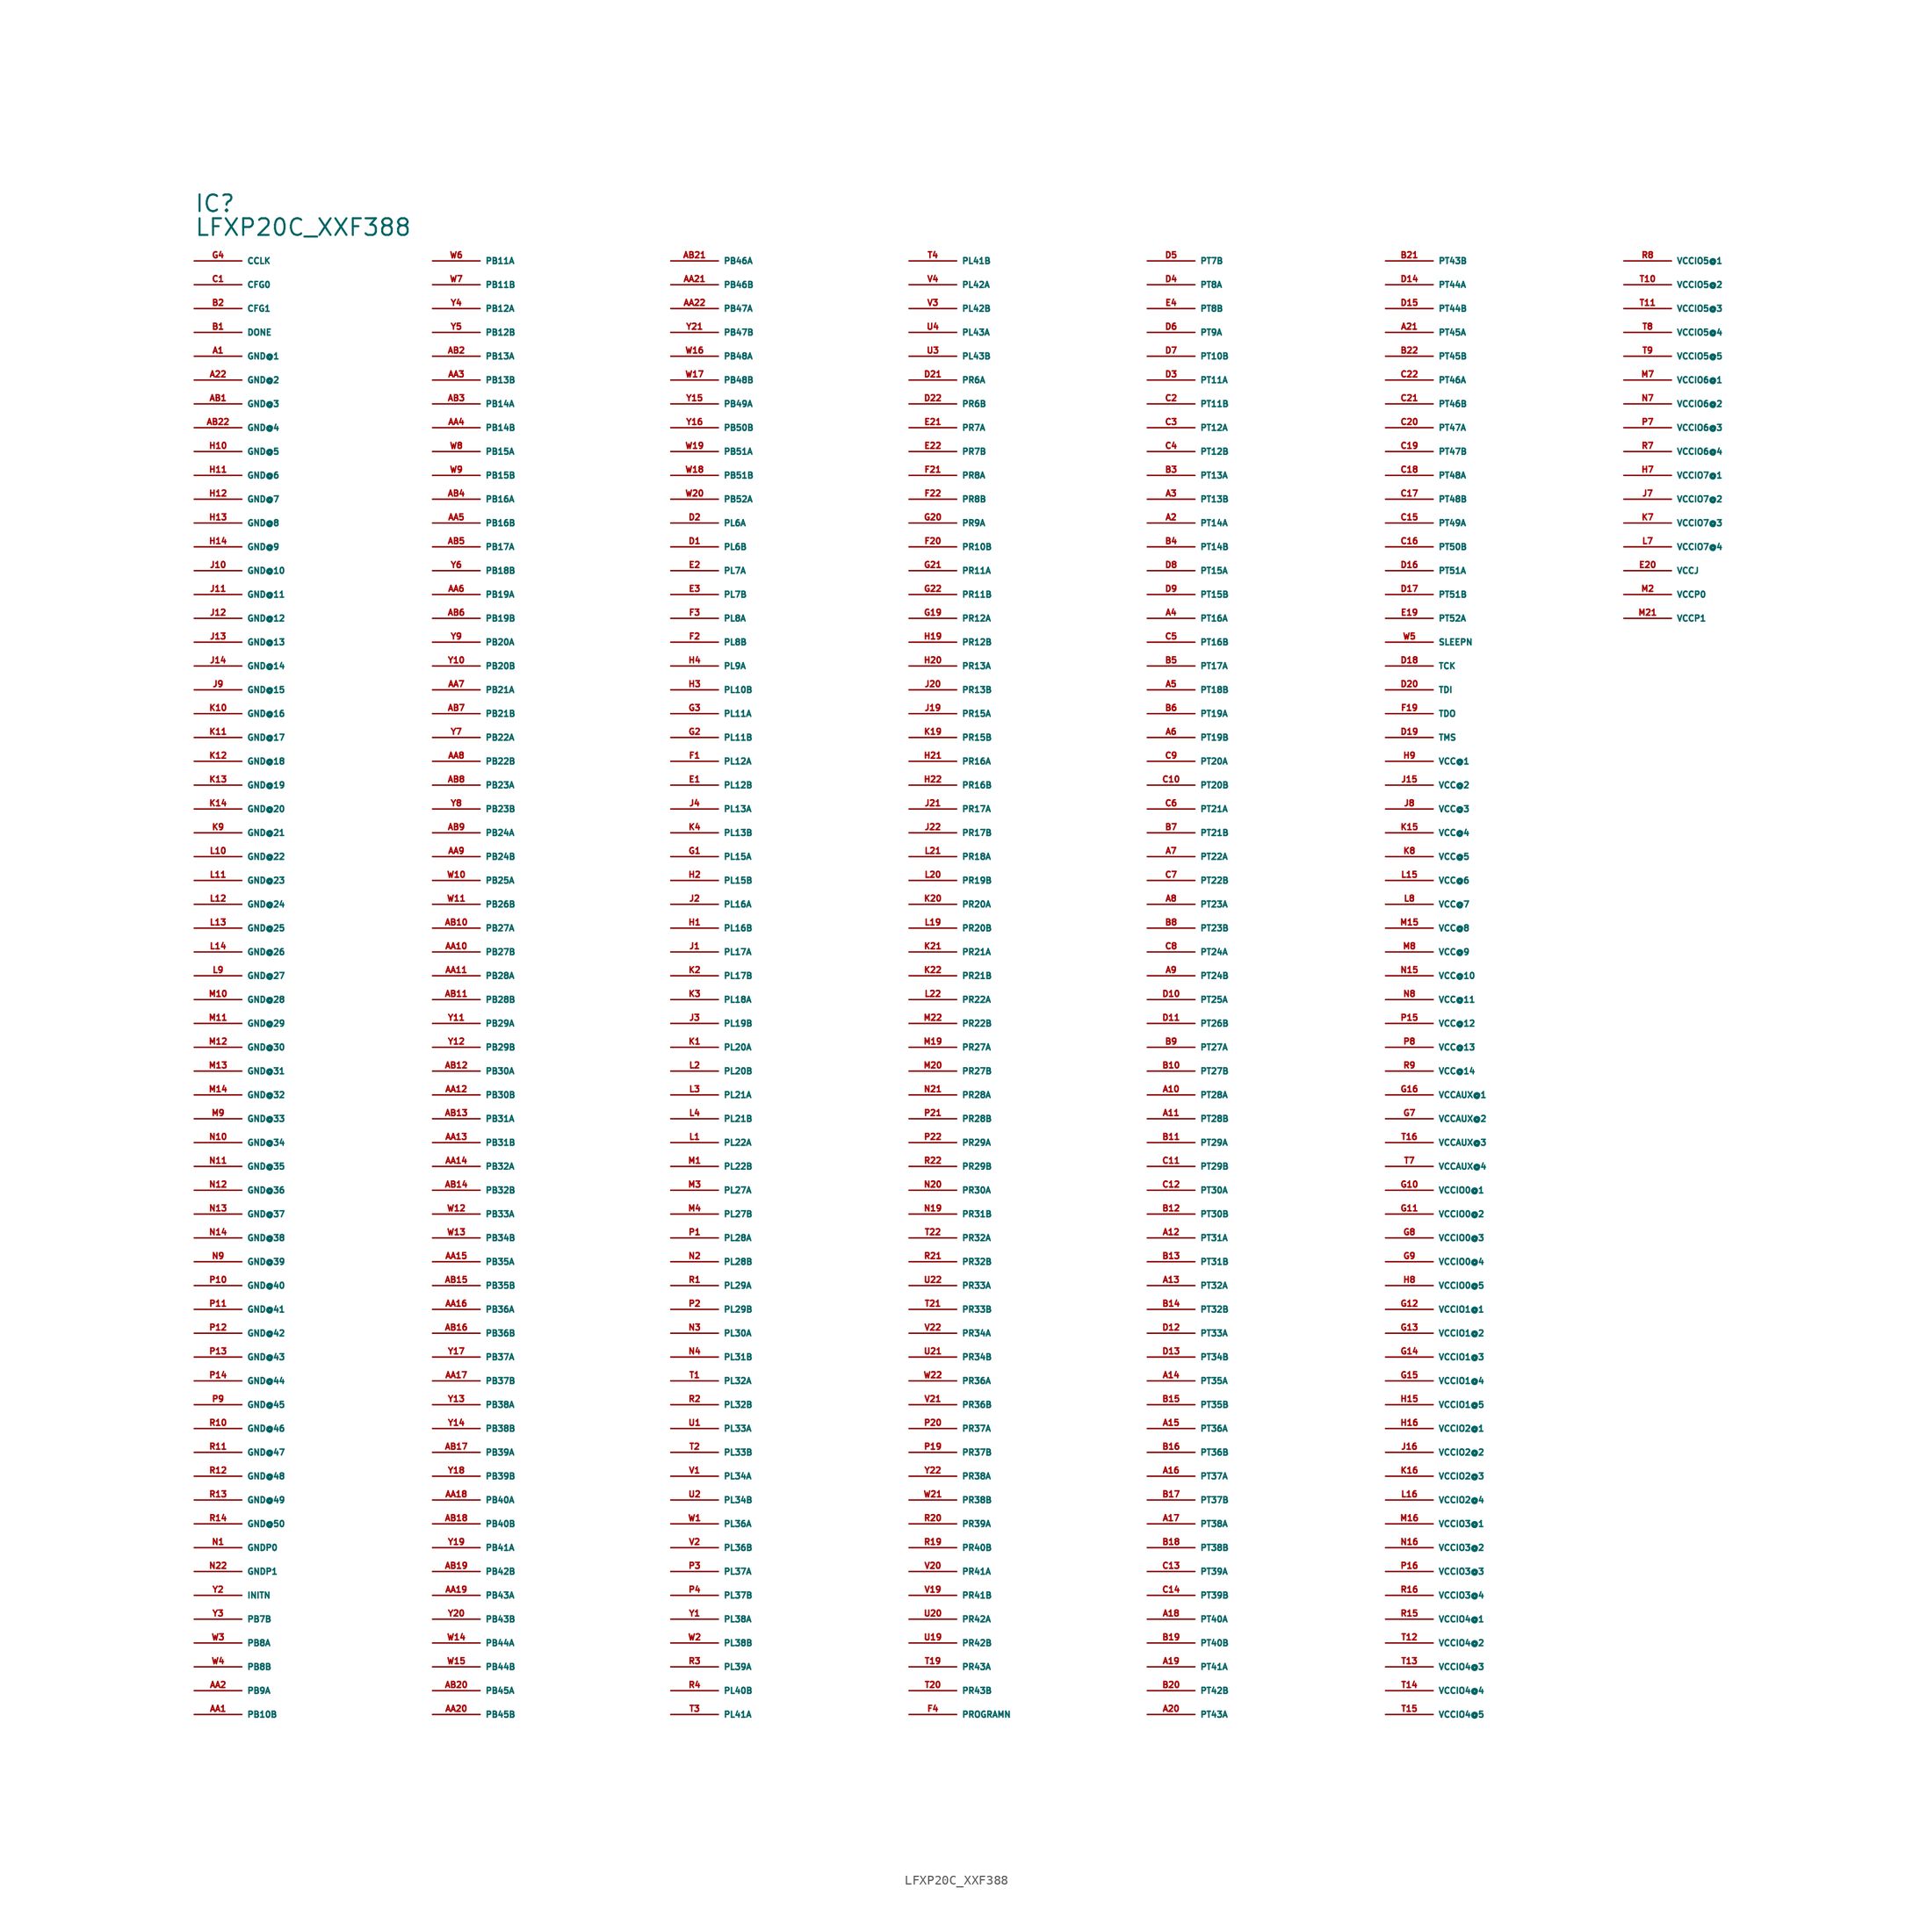
<source format=kicad_sym>
(kicad_symbol_lib
  (version 20220914)
  (generator Eagle2Kicad)
  (symbol "LFXP20C_XXF388"
    (property "Reference" "IC"
      (at -81.28 86.36 0)
      (effects (font (size 1.778 1.778) (thickness 0.22)) (justify left bottom)))
    (property "Value" "LFXP20C_XXF388"
      (at -81.28 83.82 0)
      (effects (font (size 1.778 1.778) (thickness 0.22)) (justify left bottom)))
    (pin bidirectional line
      (at -81.28 81.28 0)
      (length 5.08)
      (name "CCLK" (effects (font (size 0.635 0.635) (thickness 0.08)) (justify left bottom)))
      (number "G4" (effects (font (size 0.635 0.635) (thickness 0.08)) (justify left bottom))))
    (pin input line
      (at -81.28 78.74 0)
      (length 5.08)
      (name "CFG0" (effects (font (size 0.635 0.635) (thickness 0.08)) (justify left bottom)))
      (number "C1" (effects (font (size 0.635 0.635) (thickness 0.08)) (justify left bottom))))
    (pin input line
      (at -81.28 76.2 0)
      (length 5.08)
      (name "CFG1" (effects (font (size 0.635 0.635) (thickness 0.08)) (justify left bottom)))
      (number "B2" (effects (font (size 0.635 0.635) (thickness 0.08)) (justify left bottom))))
    (pin bidirectional line
      (at -81.28 73.66 0)
      (length 5.08)
      (name "DONE" (effects (font (size 0.635 0.635) (thickness 0.08)) (justify left bottom)))
      (number "B1" (effects (font (size 0.635 0.635) (thickness 0.08)) (justify left bottom))))
    (pin unspecified line
      (at -81.28 71.12 0)
      (length 5.08)
      (name "GND@1" (effects (font (size 0.635 0.635) (thickness 0.08)) (justify left bottom)))
      (number "A1" (effects (font (size 0.635 0.635) (thickness 0.08)) (justify left bottom))))
    (pin unspecified line
      (at -81.28 68.58 0)
      (length 5.08)
      (name "GND@2" (effects (font (size 0.635 0.635) (thickness 0.08)) (justify left bottom)))
      (number "A22" (effects (font (size 0.635 0.635) (thickness 0.08)) (justify left bottom))))
    (pin unspecified line
      (at -81.28 66.04 0)
      (length 5.08)
      (name "GND@3" (effects (font (size 0.635 0.635) (thickness 0.08)) (justify left bottom)))
      (number "AB1" (effects (font (size 0.635 0.635) (thickness 0.08)) (justify left bottom))))
    (pin unspecified line
      (at -81.28 63.5 0)
      (length 5.08)
      (name "GND@4" (effects (font (size 0.635 0.635) (thickness 0.08)) (justify left bottom)))
      (number "AB22" (effects (font (size 0.635 0.635) (thickness 0.08)) (justify left bottom))))
    (pin unspecified line
      (at -81.28 60.96 0)
      (length 5.08)
      (name "GND@5" (effects (font (size 0.635 0.635) (thickness 0.08)) (justify left bottom)))
      (number "H10" (effects (font (size 0.635 0.635) (thickness 0.08)) (justify left bottom))))
    (pin unspecified line
      (at -81.28 58.42 0)
      (length 5.08)
      (name "GND@6" (effects (font (size 0.635 0.635) (thickness 0.08)) (justify left bottom)))
      (number "H11" (effects (font (size 0.635 0.635) (thickness 0.08)) (justify left bottom))))
    (pin unspecified line
      (at -81.28 55.88 0)
      (length 5.08)
      (name "GND@7" (effects (font (size 0.635 0.635) (thickness 0.08)) (justify left bottom)))
      (number "H12" (effects (font (size 0.635 0.635) (thickness 0.08)) (justify left bottom))))
    (pin unspecified line
      (at -81.28 53.34 0)
      (length 5.08)
      (name "GND@8" (effects (font (size 0.635 0.635) (thickness 0.08)) (justify left bottom)))
      (number "H13" (effects (font (size 0.635 0.635) (thickness 0.08)) (justify left bottom))))
    (pin unspecified line
      (at -81.28 50.8 0)
      (length 5.08)
      (name "GND@9" (effects (font (size 0.635 0.635) (thickness 0.08)) (justify left bottom)))
      (number "H14" (effects (font (size 0.635 0.635) (thickness 0.08)) (justify left bottom))))
    (pin unspecified line
      (at -81.28 48.26 0)
      (length 5.08)
      (name "GND@10" (effects (font (size 0.635 0.635) (thickness 0.08)) (justify left bottom)))
      (number "J10" (effects (font (size 0.635 0.635) (thickness 0.08)) (justify left bottom))))
    (pin unspecified line
      (at -81.28 45.72 0)
      (length 5.08)
      (name "GND@11" (effects (font (size 0.635 0.635) (thickness 0.08)) (justify left bottom)))
      (number "J11" (effects (font (size 0.635 0.635) (thickness 0.08)) (justify left bottom))))
    (pin unspecified line
      (at -81.28 43.18 0)
      (length 5.08)
      (name "GND@12" (effects (font (size 0.635 0.635) (thickness 0.08)) (justify left bottom)))
      (number "J12" (effects (font (size 0.635 0.635) (thickness 0.08)) (justify left bottom))))
    (pin unspecified line
      (at -81.28 40.64 0)
      (length 5.08)
      (name "GND@13" (effects (font (size 0.635 0.635) (thickness 0.08)) (justify left bottom)))
      (number "J13" (effects (font (size 0.635 0.635) (thickness 0.08)) (justify left bottom))))
    (pin unspecified line
      (at -81.28 38.1 0)
      (length 5.08)
      (name "GND@14" (effects (font (size 0.635 0.635) (thickness 0.08)) (justify left bottom)))
      (number "J14" (effects (font (size 0.635 0.635) (thickness 0.08)) (justify left bottom))))
    (pin unspecified line
      (at -81.28 35.56 0)
      (length 5.08)
      (name "GND@15" (effects (font (size 0.635 0.635) (thickness 0.08)) (justify left bottom)))
      (number "J9" (effects (font (size 0.635 0.635) (thickness 0.08)) (justify left bottom))))
    (pin unspecified line
      (at -81.28 33.02 0)
      (length 5.08)
      (name "GND@16" (effects (font (size 0.635 0.635) (thickness 0.08)) (justify left bottom)))
      (number "K10" (effects (font (size 0.635 0.635) (thickness 0.08)) (justify left bottom))))
    (pin unspecified line
      (at -81.28 30.48 0)
      (length 5.08)
      (name "GND@17" (effects (font (size 0.635 0.635) (thickness 0.08)) (justify left bottom)))
      (number "K11" (effects (font (size 0.635 0.635) (thickness 0.08)) (justify left bottom))))
    (pin unspecified line
      (at -81.28 27.94 0)
      (length 5.08)
      (name "GND@18" (effects (font (size 0.635 0.635) (thickness 0.08)) (justify left bottom)))
      (number "K12" (effects (font (size 0.635 0.635) (thickness 0.08)) (justify left bottom))))
    (pin unspecified line
      (at -81.28 25.4 0)
      (length 5.08)
      (name "GND@19" (effects (font (size 0.635 0.635) (thickness 0.08)) (justify left bottom)))
      (number "K13" (effects (font (size 0.635 0.635) (thickness 0.08)) (justify left bottom))))
    (pin unspecified line
      (at -81.28 22.86 0)
      (length 5.08)
      (name "GND@20" (effects (font (size 0.635 0.635) (thickness 0.08)) (justify left bottom)))
      (number "K14" (effects (font (size 0.635 0.635) (thickness 0.08)) (justify left bottom))))
    (pin unspecified line
      (at -81.28 20.32 0)
      (length 5.08)
      (name "GND@21" (effects (font (size 0.635 0.635) (thickness 0.08)) (justify left bottom)))
      (number "K9" (effects (font (size 0.635 0.635) (thickness 0.08)) (justify left bottom))))
    (pin unspecified line
      (at -81.28 17.78 0)
      (length 5.08)
      (name "GND@22" (effects (font (size 0.635 0.635) (thickness 0.08)) (justify left bottom)))
      (number "L10" (effects (font (size 0.635 0.635) (thickness 0.08)) (justify left bottom))))
    (pin unspecified line
      (at -81.28 15.24 0)
      (length 5.08)
      (name "GND@23" (effects (font (size 0.635 0.635) (thickness 0.08)) (justify left bottom)))
      (number "L11" (effects (font (size 0.635 0.635) (thickness 0.08)) (justify left bottom))))
    (pin unspecified line
      (at -81.28 12.7 0)
      (length 5.08)
      (name "GND@24" (effects (font (size 0.635 0.635) (thickness 0.08)) (justify left bottom)))
      (number "L12" (effects (font (size 0.635 0.635) (thickness 0.08)) (justify left bottom))))
    (pin unspecified line
      (at -81.28 10.16 0)
      (length 5.08)
      (name "GND@25" (effects (font (size 0.635 0.635) (thickness 0.08)) (justify left bottom)))
      (number "L13" (effects (font (size 0.635 0.635) (thickness 0.08)) (justify left bottom))))
    (pin unspecified line
      (at -81.28 7.62 0)
      (length 5.08)
      (name "GND@26" (effects (font (size 0.635 0.635) (thickness 0.08)) (justify left bottom)))
      (number "L14" (effects (font (size 0.635 0.635) (thickness 0.08)) (justify left bottom))))
    (pin unspecified line
      (at -81.28 5.08 0)
      (length 5.08)
      (name "GND@27" (effects (font (size 0.635 0.635) (thickness 0.08)) (justify left bottom)))
      (number "L9" (effects (font (size 0.635 0.635) (thickness 0.08)) (justify left bottom))))
    (pin unspecified line
      (at -81.28 2.54 0)
      (length 5.08)
      (name "GND@28" (effects (font (size 0.635 0.635) (thickness 0.08)) (justify left bottom)))
      (number "M10" (effects (font (size 0.635 0.635) (thickness 0.08)) (justify left bottom))))
    (pin unspecified line
      (at -81.28 0 0)
      (length 5.08)
      (name "GND@29" (effects (font (size 0.635 0.635) (thickness 0.08)) (justify left bottom)))
      (number "M11" (effects (font (size 0.635 0.635) (thickness 0.08)) (justify left bottom))))
    (pin unspecified line
      (at -81.28 -2.54 0)
      (length 5.08)
      (name "GND@30" (effects (font (size 0.635 0.635) (thickness 0.08)) (justify left bottom)))
      (number "M12" (effects (font (size 0.635 0.635) (thickness 0.08)) (justify left bottom))))
    (pin unspecified line
      (at -81.28 -5.08 0)
      (length 5.08)
      (name "GND@31" (effects (font (size 0.635 0.635) (thickness 0.08)) (justify left bottom)))
      (number "M13" (effects (font (size 0.635 0.635) (thickness 0.08)) (justify left bottom))))
    (pin unspecified line
      (at -81.28 -7.62 0)
      (length 5.08)
      (name "GND@32" (effects (font (size 0.635 0.635) (thickness 0.08)) (justify left bottom)))
      (number "M14" (effects (font (size 0.635 0.635) (thickness 0.08)) (justify left bottom))))
    (pin unspecified line
      (at -81.28 -10.16 0)
      (length 5.08)
      (name "GND@33" (effects (font (size 0.635 0.635) (thickness 0.08)) (justify left bottom)))
      (number "M9" (effects (font (size 0.635 0.635) (thickness 0.08)) (justify left bottom))))
    (pin unspecified line
      (at -81.28 -12.7 0)
      (length 5.08)
      (name "GND@34" (effects (font (size 0.635 0.635) (thickness 0.08)) (justify left bottom)))
      (number "N10" (effects (font (size 0.635 0.635) (thickness 0.08)) (justify left bottom))))
    (pin unspecified line
      (at -81.28 -15.24 0)
      (length 5.08)
      (name "GND@35" (effects (font (size 0.635 0.635) (thickness 0.08)) (justify left bottom)))
      (number "N11" (effects (font (size 0.635 0.635) (thickness 0.08)) (justify left bottom))))
    (pin unspecified line
      (at -81.28 -17.78 0)
      (length 5.08)
      (name "GND@36" (effects (font (size 0.635 0.635) (thickness 0.08)) (justify left bottom)))
      (number "N12" (effects (font (size 0.635 0.635) (thickness 0.08)) (justify left bottom))))
    (pin unspecified line
      (at -81.28 -20.32 0)
      (length 5.08)
      (name "GND@37" (effects (font (size 0.635 0.635) (thickness 0.08)) (justify left bottom)))
      (number "N13" (effects (font (size 0.635 0.635) (thickness 0.08)) (justify left bottom))))
    (pin unspecified line
      (at -81.28 -22.86 0)
      (length 5.08)
      (name "GND@38" (effects (font (size 0.635 0.635) (thickness 0.08)) (justify left bottom)))
      (number "N14" (effects (font (size 0.635 0.635) (thickness 0.08)) (justify left bottom))))
    (pin unspecified line
      (at -81.28 -25.4 0)
      (length 5.08)
      (name "GND@39" (effects (font (size 0.635 0.635) (thickness 0.08)) (justify left bottom)))
      (number "N9" (effects (font (size 0.635 0.635) (thickness 0.08)) (justify left bottom))))
    (pin unspecified line
      (at -81.28 -27.94 0)
      (length 5.08)
      (name "GND@40" (effects (font (size 0.635 0.635) (thickness 0.08)) (justify left bottom)))
      (number "P10" (effects (font (size 0.635 0.635) (thickness 0.08)) (justify left bottom))))
    (pin unspecified line
      (at -81.28 -30.48 0)
      (length 5.08)
      (name "GND@41" (effects (font (size 0.635 0.635) (thickness 0.08)) (justify left bottom)))
      (number "P11" (effects (font (size 0.635 0.635) (thickness 0.08)) (justify left bottom))))
    (pin unspecified line
      (at -81.28 -33.02 0)
      (length 5.08)
      (name "GND@42" (effects (font (size 0.635 0.635) (thickness 0.08)) (justify left bottom)))
      (number "P12" (effects (font (size 0.635 0.635) (thickness 0.08)) (justify left bottom))))
    (pin unspecified line
      (at -81.28 -35.56 0)
      (length 5.08)
      (name "GND@43" (effects (font (size 0.635 0.635) (thickness 0.08)) (justify left bottom)))
      (number "P13" (effects (font (size 0.635 0.635) (thickness 0.08)) (justify left bottom))))
    (pin unspecified line
      (at -81.28 -38.1 0)
      (length 5.08)
      (name "GND@44" (effects (font (size 0.635 0.635) (thickness 0.08)) (justify left bottom)))
      (number "P14" (effects (font (size 0.635 0.635) (thickness 0.08)) (justify left bottom))))
    (pin unspecified line
      (at -81.28 -40.64 0)
      (length 5.08)
      (name "GND@45" (effects (font (size 0.635 0.635) (thickness 0.08)) (justify left bottom)))
      (number "P9" (effects (font (size 0.635 0.635) (thickness 0.08)) (justify left bottom))))
    (pin unspecified line
      (at -81.28 -43.18 0)
      (length 5.08)
      (name "GND@46" (effects (font (size 0.635 0.635) (thickness 0.08)) (justify left bottom)))
      (number "R10" (effects (font (size 0.635 0.635) (thickness 0.08)) (justify left bottom))))
    (pin unspecified line
      (at -81.28 -45.72 0)
      (length 5.08)
      (name "GND@47" (effects (font (size 0.635 0.635) (thickness 0.08)) (justify left bottom)))
      (number "R11" (effects (font (size 0.635 0.635) (thickness 0.08)) (justify left bottom))))
    (pin unspecified line
      (at -81.28 -48.26 0)
      (length 5.08)
      (name "GND@48" (effects (font (size 0.635 0.635) (thickness 0.08)) (justify left bottom)))
      (number "R12" (effects (font (size 0.635 0.635) (thickness 0.08)) (justify left bottom))))
    (pin unspecified line
      (at -81.28 -50.8 0)
      (length 5.08)
      (name "GND@49" (effects (font (size 0.635 0.635) (thickness 0.08)) (justify left bottom)))
      (number "R13" (effects (font (size 0.635 0.635) (thickness 0.08)) (justify left bottom))))
    (pin unspecified line
      (at -81.28 -53.34 0)
      (length 5.08)
      (name "GND@50" (effects (font (size 0.635 0.635) (thickness 0.08)) (justify left bottom)))
      (number "R14" (effects (font (size 0.635 0.635) (thickness 0.08)) (justify left bottom))))
    (pin unspecified line
      (at -81.28 -55.88 0)
      (length 5.08)
      (name "GNDP0" (effects (font (size 0.635 0.635) (thickness 0.08)) (justify left bottom)))
      (number "N1" (effects (font (size 0.635 0.635) (thickness 0.08)) (justify left bottom))))
    (pin unspecified line
      (at -81.28 -58.42 0)
      (length 5.08)
      (name "GNDP1" (effects (font (size 0.635 0.635) (thickness 0.08)) (justify left bottom)))
      (number "N22" (effects (font (size 0.635 0.635) (thickness 0.08)) (justify left bottom))))
    (pin bidirectional line
      (at -81.28 -60.96 0)
      (length 5.08)
      (name "INITN" (effects (font (size 0.635 0.635) (thickness 0.08)) (justify left bottom)))
      (number "Y2" (effects (font (size 0.635 0.635) (thickness 0.08)) (justify left bottom))))
    (pin bidirectional line
      (at -81.28 -63.5 0)
      (length 5.08)
      (name "PB7B" (effects (font (size 0.635 0.635) (thickness 0.08)) (justify left bottom)))
      (number "Y3" (effects (font (size 0.635 0.635) (thickness 0.08)) (justify left bottom))))
    (pin bidirectional line
      (at -81.28 -66.04 0)
      (length 5.08)
      (name "PB8A" (effects (font (size 0.635 0.635) (thickness 0.08)) (justify left bottom)))
      (number "W3" (effects (font (size 0.635 0.635) (thickness 0.08)) (justify left bottom))))
    (pin bidirectional line
      (at -81.28 -68.58 0)
      (length 5.08)
      (name "PB8B" (effects (font (size 0.635 0.635) (thickness 0.08)) (justify left bottom)))
      (number "W4" (effects (font (size 0.635 0.635) (thickness 0.08)) (justify left bottom))))
    (pin bidirectional line
      (at -81.28 -71.12 0)
      (length 5.08)
      (name "PB9A" (effects (font (size 0.635 0.635) (thickness 0.08)) (justify left bottom)))
      (number "AA2" (effects (font (size 0.635 0.635) (thickness 0.08)) (justify left bottom))))
    (pin bidirectional line
      (at -81.28 -73.66 0)
      (length 5.08)
      (name "PB10B" (effects (font (size 0.635 0.635) (thickness 0.08)) (justify left bottom)))
      (number "AA1" (effects (font (size 0.635 0.635) (thickness 0.08)) (justify left bottom))))
    (pin bidirectional line
      (at -55.88 81.28 0)
      (length 5.08)
      (name "PB11A" (effects (font (size 0.635 0.635) (thickness 0.08)) (justify left bottom)))
      (number "W6" (effects (font (size 0.635 0.635) (thickness 0.08)) (justify left bottom))))
    (pin bidirectional line
      (at -55.88 78.74 0)
      (length 5.08)
      (name "PB11B" (effects (font (size 0.635 0.635) (thickness 0.08)) (justify left bottom)))
      (number "W7" (effects (font (size 0.635 0.635) (thickness 0.08)) (justify left bottom))))
    (pin bidirectional line
      (at -55.88 76.2 0)
      (length 5.08)
      (name "PB12A" (effects (font (size 0.635 0.635) (thickness 0.08)) (justify left bottom)))
      (number "Y4" (effects (font (size 0.635 0.635) (thickness 0.08)) (justify left bottom))))
    (pin bidirectional line
      (at -55.88 73.66 0)
      (length 5.08)
      (name "PB12B" (effects (font (size 0.635 0.635) (thickness 0.08)) (justify left bottom)))
      (number "Y5" (effects (font (size 0.635 0.635) (thickness 0.08)) (justify left bottom))))
    (pin bidirectional line
      (at -55.88 71.12 0)
      (length 5.08)
      (name "PB13A" (effects (font (size 0.635 0.635) (thickness 0.08)) (justify left bottom)))
      (number "AB2" (effects (font (size 0.635 0.635) (thickness 0.08)) (justify left bottom))))
    (pin bidirectional line
      (at -55.88 68.58 0)
      (length 5.08)
      (name "PB13B" (effects (font (size 0.635 0.635) (thickness 0.08)) (justify left bottom)))
      (number "AA3" (effects (font (size 0.635 0.635) (thickness 0.08)) (justify left bottom))))
    (pin bidirectional line
      (at -55.88 66.04 0)
      (length 5.08)
      (name "PB14A" (effects (font (size 0.635 0.635) (thickness 0.08)) (justify left bottom)))
      (number "AB3" (effects (font (size 0.635 0.635) (thickness 0.08)) (justify left bottom))))
    (pin bidirectional line
      (at -55.88 63.5 0)
      (length 5.08)
      (name "PB14B" (effects (font (size 0.635 0.635) (thickness 0.08)) (justify left bottom)))
      (number "AA4" (effects (font (size 0.635 0.635) (thickness 0.08)) (justify left bottom))))
    (pin bidirectional line
      (at -55.88 60.96 0)
      (length 5.08)
      (name "PB15A" (effects (font (size 0.635 0.635) (thickness 0.08)) (justify left bottom)))
      (number "W8" (effects (font (size 0.635 0.635) (thickness 0.08)) (justify left bottom))))
    (pin bidirectional line
      (at -55.88 58.42 0)
      (length 5.08)
      (name "PB15B" (effects (font (size 0.635 0.635) (thickness 0.08)) (justify left bottom)))
      (number "W9" (effects (font (size 0.635 0.635) (thickness 0.08)) (justify left bottom))))
    (pin bidirectional line
      (at -55.88 55.88 0)
      (length 5.08)
      (name "PB16A" (effects (font (size 0.635 0.635) (thickness 0.08)) (justify left bottom)))
      (number "AB4" (effects (font (size 0.635 0.635) (thickness 0.08)) (justify left bottom))))
    (pin bidirectional line
      (at -55.88 53.34 0)
      (length 5.08)
      (name "PB16B" (effects (font (size 0.635 0.635) (thickness 0.08)) (justify left bottom)))
      (number "AA5" (effects (font (size 0.635 0.635) (thickness 0.08)) (justify left bottom))))
    (pin bidirectional line
      (at -55.88 50.8 0)
      (length 5.08)
      (name "PB17A" (effects (font (size 0.635 0.635) (thickness 0.08)) (justify left bottom)))
      (number "AB5" (effects (font (size 0.635 0.635) (thickness 0.08)) (justify left bottom))))
    (pin bidirectional line
      (at -55.88 48.26 0)
      (length 5.08)
      (name "PB18B" (effects (font (size 0.635 0.635) (thickness 0.08)) (justify left bottom)))
      (number "Y6" (effects (font (size 0.635 0.635) (thickness 0.08)) (justify left bottom))))
    (pin bidirectional line
      (at -55.88 45.72 0)
      (length 5.08)
      (name "PB19A" (effects (font (size 0.635 0.635) (thickness 0.08)) (justify left bottom)))
      (number "AA6" (effects (font (size 0.635 0.635) (thickness 0.08)) (justify left bottom))))
    (pin bidirectional line
      (at -55.88 43.18 0)
      (length 5.08)
      (name "PB19B" (effects (font (size 0.635 0.635) (thickness 0.08)) (justify left bottom)))
      (number "AB6" (effects (font (size 0.635 0.635) (thickness 0.08)) (justify left bottom))))
    (pin bidirectional line
      (at -55.88 40.64 0)
      (length 5.08)
      (name "PB20A" (effects (font (size 0.635 0.635) (thickness 0.08)) (justify left bottom)))
      (number "Y9" (effects (font (size 0.635 0.635) (thickness 0.08)) (justify left bottom))))
    (pin bidirectional line
      (at -55.88 38.1 0)
      (length 5.08)
      (name "PB20B" (effects (font (size 0.635 0.635) (thickness 0.08)) (justify left bottom)))
      (number "Y10" (effects (font (size 0.635 0.635) (thickness 0.08)) (justify left bottom))))
    (pin bidirectional line
      (at -55.88 35.56 0)
      (length 5.08)
      (name "PB21A" (effects (font (size 0.635 0.635) (thickness 0.08)) (justify left bottom)))
      (number "AA7" (effects (font (size 0.635 0.635) (thickness 0.08)) (justify left bottom))))
    (pin bidirectional line
      (at -55.88 33.02 0)
      (length 5.08)
      (name "PB21B" (effects (font (size 0.635 0.635) (thickness 0.08)) (justify left bottom)))
      (number "AB7" (effects (font (size 0.635 0.635) (thickness 0.08)) (justify left bottom))))
    (pin bidirectional line
      (at -55.88 30.48 0)
      (length 5.08)
      (name "PB22A" (effects (font (size 0.635 0.635) (thickness 0.08)) (justify left bottom)))
      (number "Y7" (effects (font (size 0.635 0.635) (thickness 0.08)) (justify left bottom))))
    (pin bidirectional line
      (at -55.88 27.94 0)
      (length 5.08)
      (name "PB22B" (effects (font (size 0.635 0.635) (thickness 0.08)) (justify left bottom)))
      (number "AA8" (effects (font (size 0.635 0.635) (thickness 0.08)) (justify left bottom))))
    (pin bidirectional line
      (at -55.88 25.4 0)
      (length 5.08)
      (name "PB23A" (effects (font (size 0.635 0.635) (thickness 0.08)) (justify left bottom)))
      (number "AB8" (effects (font (size 0.635 0.635) (thickness 0.08)) (justify left bottom))))
    (pin bidirectional line
      (at -55.88 22.86 0)
      (length 5.08)
      (name "PB23B" (effects (font (size 0.635 0.635) (thickness 0.08)) (justify left bottom)))
      (number "Y8" (effects (font (size 0.635 0.635) (thickness 0.08)) (justify left bottom))))
    (pin bidirectional line
      (at -55.88 20.32 0)
      (length 5.08)
      (name "PB24A" (effects (font (size 0.635 0.635) (thickness 0.08)) (justify left bottom)))
      (number "AB9" (effects (font (size 0.635 0.635) (thickness 0.08)) (justify left bottom))))
    (pin bidirectional line
      (at -55.88 17.78 0)
      (length 5.08)
      (name "PB24B" (effects (font (size 0.635 0.635) (thickness 0.08)) (justify left bottom)))
      (number "AA9" (effects (font (size 0.635 0.635) (thickness 0.08)) (justify left bottom))))
    (pin bidirectional line
      (at -55.88 15.24 0)
      (length 5.08)
      (name "PB25A" (effects (font (size 0.635 0.635) (thickness 0.08)) (justify left bottom)))
      (number "W10" (effects (font (size 0.635 0.635) (thickness 0.08)) (justify left bottom))))
    (pin bidirectional line
      (at -55.88 12.7 0)
      (length 5.08)
      (name "PB26B" (effects (font (size 0.635 0.635) (thickness 0.08)) (justify left bottom)))
      (number "W11" (effects (font (size 0.635 0.635) (thickness 0.08)) (justify left bottom))))
    (pin bidirectional line
      (at -55.88 10.16 0)
      (length 5.08)
      (name "PB27A" (effects (font (size 0.635 0.635) (thickness 0.08)) (justify left bottom)))
      (number "AB10" (effects (font (size 0.635 0.635) (thickness 0.08)) (justify left bottom))))
    (pin bidirectional line
      (at -55.88 7.62 0)
      (length 5.08)
      (name "PB27B" (effects (font (size 0.635 0.635) (thickness 0.08)) (justify left bottom)))
      (number "AA10" (effects (font (size 0.635 0.635) (thickness 0.08)) (justify left bottom))))
    (pin bidirectional line
      (at -55.88 5.08 0)
      (length 5.08)
      (name "PB28A" (effects (font (size 0.635 0.635) (thickness 0.08)) (justify left bottom)))
      (number "AA11" (effects (font (size 0.635 0.635) (thickness 0.08)) (justify left bottom))))
    (pin bidirectional line
      (at -55.88 2.54 0)
      (length 5.08)
      (name "PB28B" (effects (font (size 0.635 0.635) (thickness 0.08)) (justify left bottom)))
      (number "AB11" (effects (font (size 0.635 0.635) (thickness 0.08)) (justify left bottom))))
    (pin bidirectional line
      (at -55.88 0 0)
      (length 5.08)
      (name "PB29A" (effects (font (size 0.635 0.635) (thickness 0.08)) (justify left bottom)))
      (number "Y11" (effects (font (size 0.635 0.635) (thickness 0.08)) (justify left bottom))))
    (pin bidirectional line
      (at -55.88 -2.54 0)
      (length 5.08)
      (name "PB29B" (effects (font (size 0.635 0.635) (thickness 0.08)) (justify left bottom)))
      (number "Y12" (effects (font (size 0.635 0.635) (thickness 0.08)) (justify left bottom))))
    (pin bidirectional line
      (at -55.88 -5.08 0)
      (length 5.08)
      (name "PB30A" (effects (font (size 0.635 0.635) (thickness 0.08)) (justify left bottom)))
      (number "AB12" (effects (font (size 0.635 0.635) (thickness 0.08)) (justify left bottom))))
    (pin bidirectional line
      (at -55.88 -7.62 0)
      (length 5.08)
      (name "PB30B" (effects (font (size 0.635 0.635) (thickness 0.08)) (justify left bottom)))
      (number "AA12" (effects (font (size 0.635 0.635) (thickness 0.08)) (justify left bottom))))
    (pin bidirectional line
      (at -55.88 -10.16 0)
      (length 5.08)
      (name "PB31A" (effects (font (size 0.635 0.635) (thickness 0.08)) (justify left bottom)))
      (number "AB13" (effects (font (size 0.635 0.635) (thickness 0.08)) (justify left bottom))))
    (pin bidirectional line
      (at -55.88 -12.7 0)
      (length 5.08)
      (name "PB31B" (effects (font (size 0.635 0.635) (thickness 0.08)) (justify left bottom)))
      (number "AA13" (effects (font (size 0.635 0.635) (thickness 0.08)) (justify left bottom))))
    (pin bidirectional line
      (at -55.88 -15.24 0)
      (length 5.08)
      (name "PB32A" (effects (font (size 0.635 0.635) (thickness 0.08)) (justify left bottom)))
      (number "AA14" (effects (font (size 0.635 0.635) (thickness 0.08)) (justify left bottom))))
    (pin bidirectional line
      (at -55.88 -17.78 0)
      (length 5.08)
      (name "PB32B" (effects (font (size 0.635 0.635) (thickness 0.08)) (justify left bottom)))
      (number "AB14" (effects (font (size 0.635 0.635) (thickness 0.08)) (justify left bottom))))
    (pin bidirectional line
      (at -55.88 -20.32 0)
      (length 5.08)
      (name "PB33A" (effects (font (size 0.635 0.635) (thickness 0.08)) (justify left bottom)))
      (number "W12" (effects (font (size 0.635 0.635) (thickness 0.08)) (justify left bottom))))
    (pin bidirectional line
      (at -55.88 -22.86 0)
      (length 5.08)
      (name "PB34B" (effects (font (size 0.635 0.635) (thickness 0.08)) (justify left bottom)))
      (number "W13" (effects (font (size 0.635 0.635) (thickness 0.08)) (justify left bottom))))
    (pin bidirectional line
      (at -55.88 -25.4 0)
      (length 5.08)
      (name "PB35A" (effects (font (size 0.635 0.635) (thickness 0.08)) (justify left bottom)))
      (number "AA15" (effects (font (size 0.635 0.635) (thickness 0.08)) (justify left bottom))))
    (pin bidirectional line
      (at -55.88 -27.94 0)
      (length 5.08)
      (name "PB35B" (effects (font (size 0.635 0.635) (thickness 0.08)) (justify left bottom)))
      (number "AB15" (effects (font (size 0.635 0.635) (thickness 0.08)) (justify left bottom))))
    (pin bidirectional line
      (at -55.88 -30.48 0)
      (length 5.08)
      (name "PB36A" (effects (font (size 0.635 0.635) (thickness 0.08)) (justify left bottom)))
      (number "AA16" (effects (font (size 0.635 0.635) (thickness 0.08)) (justify left bottom))))
    (pin bidirectional line
      (at -55.88 -33.02 0)
      (length 5.08)
      (name "PB36B" (effects (font (size 0.635 0.635) (thickness 0.08)) (justify left bottom)))
      (number "AB16" (effects (font (size 0.635 0.635) (thickness 0.08)) (justify left bottom))))
    (pin bidirectional line
      (at -55.88 -35.56 0)
      (length 5.08)
      (name "PB37A" (effects (font (size 0.635 0.635) (thickness 0.08)) (justify left bottom)))
      (number "Y17" (effects (font (size 0.635 0.635) (thickness 0.08)) (justify left bottom))))
    (pin bidirectional line
      (at -55.88 -38.1 0)
      (length 5.08)
      (name "PB37B" (effects (font (size 0.635 0.635) (thickness 0.08)) (justify left bottom)))
      (number "AA17" (effects (font (size 0.635 0.635) (thickness 0.08)) (justify left bottom))))
    (pin bidirectional line
      (at -55.88 -40.64 0)
      (length 5.08)
      (name "PB38A" (effects (font (size 0.635 0.635) (thickness 0.08)) (justify left bottom)))
      (number "Y13" (effects (font (size 0.635 0.635) (thickness 0.08)) (justify left bottom))))
    (pin bidirectional line
      (at -55.88 -43.18 0)
      (length 5.08)
      (name "PB38B" (effects (font (size 0.635 0.635) (thickness 0.08)) (justify left bottom)))
      (number "Y14" (effects (font (size 0.635 0.635) (thickness 0.08)) (justify left bottom))))
    (pin bidirectional line
      (at -55.88 -45.72 0)
      (length 5.08)
      (name "PB39A" (effects (font (size 0.635 0.635) (thickness 0.08)) (justify left bottom)))
      (number "AB17" (effects (font (size 0.635 0.635) (thickness 0.08)) (justify left bottom))))
    (pin bidirectional line
      (at -55.88 -48.26 0)
      (length 5.08)
      (name "PB39B" (effects (font (size 0.635 0.635) (thickness 0.08)) (justify left bottom)))
      (number "Y18" (effects (font (size 0.635 0.635) (thickness 0.08)) (justify left bottom))))
    (pin bidirectional line
      (at -55.88 -50.8 0)
      (length 5.08)
      (name "PB40A" (effects (font (size 0.635 0.635) (thickness 0.08)) (justify left bottom)))
      (number "AA18" (effects (font (size 0.635 0.635) (thickness 0.08)) (justify left bottom))))
    (pin bidirectional line
      (at -55.88 -53.34 0)
      (length 5.08)
      (name "PB40B" (effects (font (size 0.635 0.635) (thickness 0.08)) (justify left bottom)))
      (number "AB18" (effects (font (size 0.635 0.635) (thickness 0.08)) (justify left bottom))))
    (pin bidirectional line
      (at -55.88 -55.88 0)
      (length 5.08)
      (name "PB41A" (effects (font (size 0.635 0.635) (thickness 0.08)) (justify left bottom)))
      (number "Y19" (effects (font (size 0.635 0.635) (thickness 0.08)) (justify left bottom))))
    (pin bidirectional line
      (at -55.88 -58.42 0)
      (length 5.08)
      (name "PB42B" (effects (font (size 0.635 0.635) (thickness 0.08)) (justify left bottom)))
      (number "AB19" (effects (font (size 0.635 0.635) (thickness 0.08)) (justify left bottom))))
    (pin bidirectional line
      (at -55.88 -60.96 0)
      (length 5.08)
      (name "PB43A" (effects (font (size 0.635 0.635) (thickness 0.08)) (justify left bottom)))
      (number "AA19" (effects (font (size 0.635 0.635) (thickness 0.08)) (justify left bottom))))
    (pin bidirectional line
      (at -55.88 -63.5 0)
      (length 5.08)
      (name "PB43B" (effects (font (size 0.635 0.635) (thickness 0.08)) (justify left bottom)))
      (number "Y20" (effects (font (size 0.635 0.635) (thickness 0.08)) (justify left bottom))))
    (pin bidirectional line
      (at -55.88 -66.04 0)
      (length 5.08)
      (name "PB44A" (effects (font (size 0.635 0.635) (thickness 0.08)) (justify left bottom)))
      (number "W14" (effects (font (size 0.635 0.635) (thickness 0.08)) (justify left bottom))))
    (pin bidirectional line
      (at -55.88 -68.58 0)
      (length 5.08)
      (name "PB44B" (effects (font (size 0.635 0.635) (thickness 0.08)) (justify left bottom)))
      (number "W15" (effects (font (size 0.635 0.635) (thickness 0.08)) (justify left bottom))))
    (pin bidirectional line
      (at -55.88 -71.12 0)
      (length 5.08)
      (name "PB45A" (effects (font (size 0.635 0.635) (thickness 0.08)) (justify left bottom)))
      (number "AB20" (effects (font (size 0.635 0.635) (thickness 0.08)) (justify left bottom))))
    (pin bidirectional line
      (at -55.88 -73.66 0)
      (length 5.08)
      (name "PB45B" (effects (font (size 0.635 0.635) (thickness 0.08)) (justify left bottom)))
      (number "AA20" (effects (font (size 0.635 0.635) (thickness 0.08)) (justify left bottom))))
    (pin bidirectional line
      (at -30.48 81.28 0)
      (length 5.08)
      (name "PB46A" (effects (font (size 0.635 0.635) (thickness 0.08)) (justify left bottom)))
      (number "AB21" (effects (font (size 0.635 0.635) (thickness 0.08)) (justify left bottom))))
    (pin bidirectional line
      (at -30.48 78.74 0)
      (length 5.08)
      (name "PB46B" (effects (font (size 0.635 0.635) (thickness 0.08)) (justify left bottom)))
      (number "AA21" (effects (font (size 0.635 0.635) (thickness 0.08)) (justify left bottom))))
    (pin bidirectional line
      (at -30.48 76.2 0)
      (length 5.08)
      (name "PB47A" (effects (font (size 0.635 0.635) (thickness 0.08)) (justify left bottom)))
      (number "AA22" (effects (font (size 0.635 0.635) (thickness 0.08)) (justify left bottom))))
    (pin bidirectional line
      (at -30.48 73.66 0)
      (length 5.08)
      (name "PB47B" (effects (font (size 0.635 0.635) (thickness 0.08)) (justify left bottom)))
      (number "Y21" (effects (font (size 0.635 0.635) (thickness 0.08)) (justify left bottom))))
    (pin bidirectional line
      (at -30.48 71.12 0)
      (length 5.08)
      (name "PB48A" (effects (font (size 0.635 0.635) (thickness 0.08)) (justify left bottom)))
      (number "W16" (effects (font (size 0.635 0.635) (thickness 0.08)) (justify left bottom))))
    (pin bidirectional line
      (at -30.48 68.58 0)
      (length 5.08)
      (name "PB48B" (effects (font (size 0.635 0.635) (thickness 0.08)) (justify left bottom)))
      (number "W17" (effects (font (size 0.635 0.635) (thickness 0.08)) (justify left bottom))))
    (pin bidirectional line
      (at -30.48 66.04 0)
      (length 5.08)
      (name "PB49A" (effects (font (size 0.635 0.635) (thickness 0.08)) (justify left bottom)))
      (number "Y15" (effects (font (size 0.635 0.635) (thickness 0.08)) (justify left bottom))))
    (pin bidirectional line
      (at -30.48 63.5 0)
      (length 5.08)
      (name "PB50B" (effects (font (size 0.635 0.635) (thickness 0.08)) (justify left bottom)))
      (number "Y16" (effects (font (size 0.635 0.635) (thickness 0.08)) (justify left bottom))))
    (pin bidirectional line
      (at -30.48 60.96 0)
      (length 5.08)
      (name "PB51A" (effects (font (size 0.635 0.635) (thickness 0.08)) (justify left bottom)))
      (number "W19" (effects (font (size 0.635 0.635) (thickness 0.08)) (justify left bottom))))
    (pin bidirectional line
      (at -30.48 58.42 0)
      (length 5.08)
      (name "PB51B" (effects (font (size 0.635 0.635) (thickness 0.08)) (justify left bottom)))
      (number "W18" (effects (font (size 0.635 0.635) (thickness 0.08)) (justify left bottom))))
    (pin bidirectional line
      (at -30.48 55.88 0)
      (length 5.08)
      (name "PB52A" (effects (font (size 0.635 0.635) (thickness 0.08)) (justify left bottom)))
      (number "W20" (effects (font (size 0.635 0.635) (thickness 0.08)) (justify left bottom))))
    (pin bidirectional line
      (at -30.48 53.34 0)
      (length 5.08)
      (name "PL6A" (effects (font (size 0.635 0.635) (thickness 0.08)) (justify left bottom)))
      (number "D2" (effects (font (size 0.635 0.635) (thickness 0.08)) (justify left bottom))))
    (pin bidirectional line
      (at -30.48 50.8 0)
      (length 5.08)
      (name "PL6B" (effects (font (size 0.635 0.635) (thickness 0.08)) (justify left bottom)))
      (number "D1" (effects (font (size 0.635 0.635) (thickness 0.08)) (justify left bottom))))
    (pin bidirectional line
      (at -30.48 48.26 0)
      (length 5.08)
      (name "PL7A" (effects (font (size 0.635 0.635) (thickness 0.08)) (justify left bottom)))
      (number "E2" (effects (font (size 0.635 0.635) (thickness 0.08)) (justify left bottom))))
    (pin bidirectional line
      (at -30.48 45.72 0)
      (length 5.08)
      (name "PL7B" (effects (font (size 0.635 0.635) (thickness 0.08)) (justify left bottom)))
      (number "E3" (effects (font (size 0.635 0.635) (thickness 0.08)) (justify left bottom))))
    (pin bidirectional line
      (at -30.48 43.18 0)
      (length 5.08)
      (name "PL8A" (effects (font (size 0.635 0.635) (thickness 0.08)) (justify left bottom)))
      (number "F3" (effects (font (size 0.635 0.635) (thickness 0.08)) (justify left bottom))))
    (pin bidirectional line
      (at -30.48 40.64 0)
      (length 5.08)
      (name "PL8B" (effects (font (size 0.635 0.635) (thickness 0.08)) (justify left bottom)))
      (number "F2" (effects (font (size 0.635 0.635) (thickness 0.08)) (justify left bottom))))
    (pin bidirectional line
      (at -30.48 38.1 0)
      (length 5.08)
      (name "PL9A" (effects (font (size 0.635 0.635) (thickness 0.08)) (justify left bottom)))
      (number "H4" (effects (font (size 0.635 0.635) (thickness 0.08)) (justify left bottom))))
    (pin bidirectional line
      (at -30.48 35.56 0)
      (length 5.08)
      (name "PL10B" (effects (font (size 0.635 0.635) (thickness 0.08)) (justify left bottom)))
      (number "H3" (effects (font (size 0.635 0.635) (thickness 0.08)) (justify left bottom))))
    (pin bidirectional line
      (at -30.48 33.02 0)
      (length 5.08)
      (name "PL11A" (effects (font (size 0.635 0.635) (thickness 0.08)) (justify left bottom)))
      (number "G3" (effects (font (size 0.635 0.635) (thickness 0.08)) (justify left bottom))))
    (pin bidirectional line
      (at -30.48 30.48 0)
      (length 5.08)
      (name "PL11B" (effects (font (size 0.635 0.635) (thickness 0.08)) (justify left bottom)))
      (number "G2" (effects (font (size 0.635 0.635) (thickness 0.08)) (justify left bottom))))
    (pin bidirectional line
      (at -30.48 27.94 0)
      (length 5.08)
      (name "PL12A" (effects (font (size 0.635 0.635) (thickness 0.08)) (justify left bottom)))
      (number "F1" (effects (font (size 0.635 0.635) (thickness 0.08)) (justify left bottom))))
    (pin bidirectional line
      (at -30.48 25.4 0)
      (length 5.08)
      (name "PL12B" (effects (font (size 0.635 0.635) (thickness 0.08)) (justify left bottom)))
      (number "E1" (effects (font (size 0.635 0.635) (thickness 0.08)) (justify left bottom))))
    (pin bidirectional line
      (at -30.48 22.86 0)
      (length 5.08)
      (name "PL13A" (effects (font (size 0.635 0.635) (thickness 0.08)) (justify left bottom)))
      (number "J4" (effects (font (size 0.635 0.635) (thickness 0.08)) (justify left bottom))))
    (pin bidirectional line
      (at -30.48 20.32 0)
      (length 5.08)
      (name "PL13B" (effects (font (size 0.635 0.635) (thickness 0.08)) (justify left bottom)))
      (number "K4" (effects (font (size 0.635 0.635) (thickness 0.08)) (justify left bottom))))
    (pin bidirectional line
      (at -30.48 17.78 0)
      (length 5.08)
      (name "PL15A" (effects (font (size 0.635 0.635) (thickness 0.08)) (justify left bottom)))
      (number "G1" (effects (font (size 0.635 0.635) (thickness 0.08)) (justify left bottom))))
    (pin bidirectional line
      (at -30.48 15.24 0)
      (length 5.08)
      (name "PL15B" (effects (font (size 0.635 0.635) (thickness 0.08)) (justify left bottom)))
      (number "H2" (effects (font (size 0.635 0.635) (thickness 0.08)) (justify left bottom))))
    (pin bidirectional line
      (at -30.48 12.7 0)
      (length 5.08)
      (name "PL16A" (effects (font (size 0.635 0.635) (thickness 0.08)) (justify left bottom)))
      (number "J2" (effects (font (size 0.635 0.635) (thickness 0.08)) (justify left bottom))))
    (pin bidirectional line
      (at -30.48 10.16 0)
      (length 5.08)
      (name "PL16B" (effects (font (size 0.635 0.635) (thickness 0.08)) (justify left bottom)))
      (number "H1" (effects (font (size 0.635 0.635) (thickness 0.08)) (justify left bottom))))
    (pin bidirectional line
      (at -30.48 7.62 0)
      (length 5.08)
      (name "PL17A" (effects (font (size 0.635 0.635) (thickness 0.08)) (justify left bottom)))
      (number "J1" (effects (font (size 0.635 0.635) (thickness 0.08)) (justify left bottom))))
    (pin bidirectional line
      (at -30.48 5.08 0)
      (length 5.08)
      (name "PL17B" (effects (font (size 0.635 0.635) (thickness 0.08)) (justify left bottom)))
      (number "K2" (effects (font (size 0.635 0.635) (thickness 0.08)) (justify left bottom))))
    (pin bidirectional line
      (at -30.48 2.54 0)
      (length 5.08)
      (name "PL18A" (effects (font (size 0.635 0.635) (thickness 0.08)) (justify left bottom)))
      (number "K3" (effects (font (size 0.635 0.635) (thickness 0.08)) (justify left bottom))))
    (pin bidirectional line
      (at -30.48 0 0)
      (length 5.08)
      (name "PL19B" (effects (font (size 0.635 0.635) (thickness 0.08)) (justify left bottom)))
      (number "J3" (effects (font (size 0.635 0.635) (thickness 0.08)) (justify left bottom))))
    (pin bidirectional line
      (at -30.48 -2.54 0)
      (length 5.08)
      (name "PL20A" (effects (font (size 0.635 0.635) (thickness 0.08)) (justify left bottom)))
      (number "K1" (effects (font (size 0.635 0.635) (thickness 0.08)) (justify left bottom))))
    (pin bidirectional line
      (at -30.48 -5.08 0)
      (length 5.08)
      (name "PL20B" (effects (font (size 0.635 0.635) (thickness 0.08)) (justify left bottom)))
      (number "L2" (effects (font (size 0.635 0.635) (thickness 0.08)) (justify left bottom))))
    (pin bidirectional line
      (at -30.48 -7.62 0)
      (length 5.08)
      (name "PL21A" (effects (font (size 0.635 0.635) (thickness 0.08)) (justify left bottom)))
      (number "L3" (effects (font (size 0.635 0.635) (thickness 0.08)) (justify left bottom))))
    (pin bidirectional line
      (at -30.48 -10.16 0)
      (length 5.08)
      (name "PL21B" (effects (font (size 0.635 0.635) (thickness 0.08)) (justify left bottom)))
      (number "L4" (effects (font (size 0.635 0.635) (thickness 0.08)) (justify left bottom))))
    (pin bidirectional line
      (at -30.48 -12.7 0)
      (length 5.08)
      (name "PL22A" (effects (font (size 0.635 0.635) (thickness 0.08)) (justify left bottom)))
      (number "L1" (effects (font (size 0.635 0.635) (thickness 0.08)) (justify left bottom))))
    (pin bidirectional line
      (at -30.48 -15.24 0)
      (length 5.08)
      (name "PL22B" (effects (font (size 0.635 0.635) (thickness 0.08)) (justify left bottom)))
      (number "M1" (effects (font (size 0.635 0.635) (thickness 0.08)) (justify left bottom))))
    (pin bidirectional line
      (at -30.48 -17.78 0)
      (length 5.08)
      (name "PL27A" (effects (font (size 0.635 0.635) (thickness 0.08)) (justify left bottom)))
      (number "M3" (effects (font (size 0.635 0.635) (thickness 0.08)) (justify left bottom))))
    (pin bidirectional line
      (at -30.48 -20.32 0)
      (length 5.08)
      (name "PL27B" (effects (font (size 0.635 0.635) (thickness 0.08)) (justify left bottom)))
      (number "M4" (effects (font (size 0.635 0.635) (thickness 0.08)) (justify left bottom))))
    (pin bidirectional line
      (at -30.48 -22.86 0)
      (length 5.08)
      (name "PL28A" (effects (font (size 0.635 0.635) (thickness 0.08)) (justify left bottom)))
      (number "P1" (effects (font (size 0.635 0.635) (thickness 0.08)) (justify left bottom))))
    (pin bidirectional line
      (at -30.48 -25.4 0)
      (length 5.08)
      (name "PL28B" (effects (font (size 0.635 0.635) (thickness 0.08)) (justify left bottom)))
      (number "N2" (effects (font (size 0.635 0.635) (thickness 0.08)) (justify left bottom))))
    (pin bidirectional line
      (at -30.48 -27.94 0)
      (length 5.08)
      (name "PL29A" (effects (font (size 0.635 0.635) (thickness 0.08)) (justify left bottom)))
      (number "R1" (effects (font (size 0.635 0.635) (thickness 0.08)) (justify left bottom))))
    (pin bidirectional line
      (at -30.48 -30.48 0)
      (length 5.08)
      (name "PL29B" (effects (font (size 0.635 0.635) (thickness 0.08)) (justify left bottom)))
      (number "P2" (effects (font (size 0.635 0.635) (thickness 0.08)) (justify left bottom))))
    (pin bidirectional line
      (at -30.48 -33.02 0)
      (length 5.08)
      (name "PL30A" (effects (font (size 0.635 0.635) (thickness 0.08)) (justify left bottom)))
      (number "N3" (effects (font (size 0.635 0.635) (thickness 0.08)) (justify left bottom))))
    (pin bidirectional line
      (at -30.48 -35.56 0)
      (length 5.08)
      (name "PL31B" (effects (font (size 0.635 0.635) (thickness 0.08)) (justify left bottom)))
      (number "N4" (effects (font (size 0.635 0.635) (thickness 0.08)) (justify left bottom))))
    (pin bidirectional line
      (at -30.48 -38.1 0)
      (length 5.08)
      (name "PL32A" (effects (font (size 0.635 0.635) (thickness 0.08)) (justify left bottom)))
      (number "T1" (effects (font (size 0.635 0.635) (thickness 0.08)) (justify left bottom))))
    (pin bidirectional line
      (at -30.48 -40.64 0)
      (length 5.08)
      (name "PL32B" (effects (font (size 0.635 0.635) (thickness 0.08)) (justify left bottom)))
      (number "R2" (effects (font (size 0.635 0.635) (thickness 0.08)) (justify left bottom))))
    (pin bidirectional line
      (at -30.48 -43.18 0)
      (length 5.08)
      (name "PL33A" (effects (font (size 0.635 0.635) (thickness 0.08)) (justify left bottom)))
      (number "U1" (effects (font (size 0.635 0.635) (thickness 0.08)) (justify left bottom))))
    (pin bidirectional line
      (at -30.48 -45.72 0)
      (length 5.08)
      (name "PL33B" (effects (font (size 0.635 0.635) (thickness 0.08)) (justify left bottom)))
      (number "T2" (effects (font (size 0.635 0.635) (thickness 0.08)) (justify left bottom))))
    (pin bidirectional line
      (at -30.48 -48.26 0)
      (length 5.08)
      (name "PL34A" (effects (font (size 0.635 0.635) (thickness 0.08)) (justify left bottom)))
      (number "V1" (effects (font (size 0.635 0.635) (thickness 0.08)) (justify left bottom))))
    (pin bidirectional line
      (at -30.48 -50.8 0)
      (length 5.08)
      (name "PL34B" (effects (font (size 0.635 0.635) (thickness 0.08)) (justify left bottom)))
      (number "U2" (effects (font (size 0.635 0.635) (thickness 0.08)) (justify left bottom))))
    (pin bidirectional line
      (at -30.48 -53.34 0)
      (length 5.08)
      (name "PL36A" (effects (font (size 0.635 0.635) (thickness 0.08)) (justify left bottom)))
      (number "W1" (effects (font (size 0.635 0.635) (thickness 0.08)) (justify left bottom))))
    (pin bidirectional line
      (at -30.48 -55.88 0)
      (length 5.08)
      (name "PL36B" (effects (font (size 0.635 0.635) (thickness 0.08)) (justify left bottom)))
      (number "V2" (effects (font (size 0.635 0.635) (thickness 0.08)) (justify left bottom))))
    (pin bidirectional line
      (at -30.48 -58.42 0)
      (length 5.08)
      (name "PL37A" (effects (font (size 0.635 0.635) (thickness 0.08)) (justify left bottom)))
      (number "P3" (effects (font (size 0.635 0.635) (thickness 0.08)) (justify left bottom))))
    (pin bidirectional line
      (at -30.48 -60.96 0)
      (length 5.08)
      (name "PL37B" (effects (font (size 0.635 0.635) (thickness 0.08)) (justify left bottom)))
      (number "P4" (effects (font (size 0.635 0.635) (thickness 0.08)) (justify left bottom))))
    (pin bidirectional line
      (at -30.48 -63.5 0)
      (length 5.08)
      (name "PL38A" (effects (font (size 0.635 0.635) (thickness 0.08)) (justify left bottom)))
      (number "Y1" (effects (font (size 0.635 0.635) (thickness 0.08)) (justify left bottom))))
    (pin bidirectional line
      (at -30.48 -66.04 0)
      (length 5.08)
      (name "PL38B" (effects (font (size 0.635 0.635) (thickness 0.08)) (justify left bottom)))
      (number "W2" (effects (font (size 0.635 0.635) (thickness 0.08)) (justify left bottom))))
    (pin bidirectional line
      (at -30.48 -68.58 0)
      (length 5.08)
      (name "PL39A" (effects (font (size 0.635 0.635) (thickness 0.08)) (justify left bottom)))
      (number "R3" (effects (font (size 0.635 0.635) (thickness 0.08)) (justify left bottom))))
    (pin bidirectional line
      (at -30.48 -71.12 0)
      (length 5.08)
      (name "PL40B" (effects (font (size 0.635 0.635) (thickness 0.08)) (justify left bottom)))
      (number "R4" (effects (font (size 0.635 0.635) (thickness 0.08)) (justify left bottom))))
    (pin bidirectional line
      (at -30.48 -73.66 0)
      (length 5.08)
      (name "PL41A" (effects (font (size 0.635 0.635) (thickness 0.08)) (justify left bottom)))
      (number "T3" (effects (font (size 0.635 0.635) (thickness 0.08)) (justify left bottom))))
    (pin bidirectional line
      (at -5.08 81.28 0)
      (length 5.08)
      (name "PL41B" (effects (font (size 0.635 0.635) (thickness 0.08)) (justify left bottom)))
      (number "T4" (effects (font (size 0.635 0.635) (thickness 0.08)) (justify left bottom))))
    (pin bidirectional line
      (at -5.08 78.74 0)
      (length 5.08)
      (name "PL42A" (effects (font (size 0.635 0.635) (thickness 0.08)) (justify left bottom)))
      (number "V4" (effects (font (size 0.635 0.635) (thickness 0.08)) (justify left bottom))))
    (pin bidirectional line
      (at -5.08 76.2 0)
      (length 5.08)
      (name "PL42B" (effects (font (size 0.635 0.635) (thickness 0.08)) (justify left bottom)))
      (number "V3" (effects (font (size 0.635 0.635) (thickness 0.08)) (justify left bottom))))
    (pin bidirectional line
      (at -5.08 73.66 0)
      (length 5.08)
      (name "PL43A" (effects (font (size 0.635 0.635) (thickness 0.08)) (justify left bottom)))
      (number "U4" (effects (font (size 0.635 0.635) (thickness 0.08)) (justify left bottom))))
    (pin bidirectional line
      (at -5.08 71.12 0)
      (length 5.08)
      (name "PL43B" (effects (font (size 0.635 0.635) (thickness 0.08)) (justify left bottom)))
      (number "U3" (effects (font (size 0.635 0.635) (thickness 0.08)) (justify left bottom))))
    (pin bidirectional line
      (at -5.08 68.58 0)
      (length 5.08)
      (name "PR6A" (effects (font (size 0.635 0.635) (thickness 0.08)) (justify left bottom)))
      (number "D21" (effects (font (size 0.635 0.635) (thickness 0.08)) (justify left bottom))))
    (pin bidirectional line
      (at -5.08 66.04 0)
      (length 5.08)
      (name "PR6B" (effects (font (size 0.635 0.635) (thickness 0.08)) (justify left bottom)))
      (number "D22" (effects (font (size 0.635 0.635) (thickness 0.08)) (justify left bottom))))
    (pin bidirectional line
      (at -5.08 63.5 0)
      (length 5.08)
      (name "PR7A" (effects (font (size 0.635 0.635) (thickness 0.08)) (justify left bottom)))
      (number "E21" (effects (font (size 0.635 0.635) (thickness 0.08)) (justify left bottom))))
    (pin bidirectional line
      (at -5.08 60.96 0)
      (length 5.08)
      (name "PR7B" (effects (font (size 0.635 0.635) (thickness 0.08)) (justify left bottom)))
      (number "E22" (effects (font (size 0.635 0.635) (thickness 0.08)) (justify left bottom))))
    (pin bidirectional line
      (at -5.08 58.42 0)
      (length 5.08)
      (name "PR8A" (effects (font (size 0.635 0.635) (thickness 0.08)) (justify left bottom)))
      (number "F21" (effects (font (size 0.635 0.635) (thickness 0.08)) (justify left bottom))))
    (pin bidirectional line
      (at -5.08 55.88 0)
      (length 5.08)
      (name "PR8B" (effects (font (size 0.635 0.635) (thickness 0.08)) (justify left bottom)))
      (number "F22" (effects (font (size 0.635 0.635) (thickness 0.08)) (justify left bottom))))
    (pin bidirectional line
      (at -5.08 53.34 0)
      (length 5.08)
      (name "PR9A" (effects (font (size 0.635 0.635) (thickness 0.08)) (justify left bottom)))
      (number "G20" (effects (font (size 0.635 0.635) (thickness 0.08)) (justify left bottom))))
    (pin bidirectional line
      (at -5.08 50.8 0)
      (length 5.08)
      (name "PR10B" (effects (font (size 0.635 0.635) (thickness 0.08)) (justify left bottom)))
      (number "F20" (effects (font (size 0.635 0.635) (thickness 0.08)) (justify left bottom))))
    (pin bidirectional line
      (at -5.08 48.26 0)
      (length 5.08)
      (name "PR11A" (effects (font (size 0.635 0.635) (thickness 0.08)) (justify left bottom)))
      (number "G21" (effects (font (size 0.635 0.635) (thickness 0.08)) (justify left bottom))))
    (pin bidirectional line
      (at -5.08 45.72 0)
      (length 5.08)
      (name "PR11B" (effects (font (size 0.635 0.635) (thickness 0.08)) (justify left bottom)))
      (number "G22" (effects (font (size 0.635 0.635) (thickness 0.08)) (justify left bottom))))
    (pin bidirectional line
      (at -5.08 43.18 0)
      (length 5.08)
      (name "PR12A" (effects (font (size 0.635 0.635) (thickness 0.08)) (justify left bottom)))
      (number "G19" (effects (font (size 0.635 0.635) (thickness 0.08)) (justify left bottom))))
    (pin bidirectional line
      (at -5.08 40.64 0)
      (length 5.08)
      (name "PR12B" (effects (font (size 0.635 0.635) (thickness 0.08)) (justify left bottom)))
      (number "H19" (effects (font (size 0.635 0.635) (thickness 0.08)) (justify left bottom))))
    (pin bidirectional line
      (at -5.08 38.1 0)
      (length 5.08)
      (name "PR13A" (effects (font (size 0.635 0.635) (thickness 0.08)) (justify left bottom)))
      (number "H20" (effects (font (size 0.635 0.635) (thickness 0.08)) (justify left bottom))))
    (pin bidirectional line
      (at -5.08 35.56 0)
      (length 5.08)
      (name "PR13B" (effects (font (size 0.635 0.635) (thickness 0.08)) (justify left bottom)))
      (number "J20" (effects (font (size 0.635 0.635) (thickness 0.08)) (justify left bottom))))
    (pin bidirectional line
      (at -5.08 33.02 0)
      (length 5.08)
      (name "PR15A" (effects (font (size 0.635 0.635) (thickness 0.08)) (justify left bottom)))
      (number "J19" (effects (font (size 0.635 0.635) (thickness 0.08)) (justify left bottom))))
    (pin bidirectional line
      (at -5.08 30.48 0)
      (length 5.08)
      (name "PR15B" (effects (font (size 0.635 0.635) (thickness 0.08)) (justify left bottom)))
      (number "K19" (effects (font (size 0.635 0.635) (thickness 0.08)) (justify left bottom))))
    (pin bidirectional line
      (at -5.08 27.94 0)
      (length 5.08)
      (name "PR16A" (effects (font (size 0.635 0.635) (thickness 0.08)) (justify left bottom)))
      (number "H21" (effects (font (size 0.635 0.635) (thickness 0.08)) (justify left bottom))))
    (pin bidirectional line
      (at -5.08 25.4 0)
      (length 5.08)
      (name "PR16B" (effects (font (size 0.635 0.635) (thickness 0.08)) (justify left bottom)))
      (number "H22" (effects (font (size 0.635 0.635) (thickness 0.08)) (justify left bottom))))
    (pin bidirectional line
      (at -5.08 22.86 0)
      (length 5.08)
      (name "PR17A" (effects (font (size 0.635 0.635) (thickness 0.08)) (justify left bottom)))
      (number "J21" (effects (font (size 0.635 0.635) (thickness 0.08)) (justify left bottom))))
    (pin bidirectional line
      (at -5.08 20.32 0)
      (length 5.08)
      (name "PR17B" (effects (font (size 0.635 0.635) (thickness 0.08)) (justify left bottom)))
      (number "J22" (effects (font (size 0.635 0.635) (thickness 0.08)) (justify left bottom))))
    (pin bidirectional line
      (at -5.08 17.78 0)
      (length 5.08)
      (name "PR18A" (effects (font (size 0.635 0.635) (thickness 0.08)) (justify left bottom)))
      (number "L21" (effects (font (size 0.635 0.635) (thickness 0.08)) (justify left bottom))))
    (pin bidirectional line
      (at -5.08 15.24 0)
      (length 5.08)
      (name "PR19B" (effects (font (size 0.635 0.635) (thickness 0.08)) (justify left bottom)))
      (number "L20" (effects (font (size 0.635 0.635) (thickness 0.08)) (justify left bottom))))
    (pin bidirectional line
      (at -5.08 12.7 0)
      (length 5.08)
      (name "PR20A" (effects (font (size 0.635 0.635) (thickness 0.08)) (justify left bottom)))
      (number "K20" (effects (font (size 0.635 0.635) (thickness 0.08)) (justify left bottom))))
    (pin bidirectional line
      (at -5.08 10.16 0)
      (length 5.08)
      (name "PR20B" (effects (font (size 0.635 0.635) (thickness 0.08)) (justify left bottom)))
      (number "L19" (effects (font (size 0.635 0.635) (thickness 0.08)) (justify left bottom))))
    (pin bidirectional line
      (at -5.08 7.62 0)
      (length 5.08)
      (name "PR21A" (effects (font (size 0.635 0.635) (thickness 0.08)) (justify left bottom)))
      (number "K21" (effects (font (size 0.635 0.635) (thickness 0.08)) (justify left bottom))))
    (pin bidirectional line
      (at -5.08 5.08 0)
      (length 5.08)
      (name "PR21B" (effects (font (size 0.635 0.635) (thickness 0.08)) (justify left bottom)))
      (number "K22" (effects (font (size 0.635 0.635) (thickness 0.08)) (justify left bottom))))
    (pin bidirectional line
      (at -5.08 2.54 0)
      (length 5.08)
      (name "PR22A" (effects (font (size 0.635 0.635) (thickness 0.08)) (justify left bottom)))
      (number "L22" (effects (font (size 0.635 0.635) (thickness 0.08)) (justify left bottom))))
    (pin bidirectional line
      (at -5.08 0 0)
      (length 5.08)
      (name "PR22B" (effects (font (size 0.635 0.635) (thickness 0.08)) (justify left bottom)))
      (number "M22" (effects (font (size 0.635 0.635) (thickness 0.08)) (justify left bottom))))
    (pin bidirectional line
      (at -5.08 -2.54 0)
      (length 5.08)
      (name "PR27A" (effects (font (size 0.635 0.635) (thickness 0.08)) (justify left bottom)))
      (number "M19" (effects (font (size 0.635 0.635) (thickness 0.08)) (justify left bottom))))
    (pin bidirectional line
      (at -5.08 -5.08 0)
      (length 5.08)
      (name "PR27B" (effects (font (size 0.635 0.635) (thickness 0.08)) (justify left bottom)))
      (number "M20" (effects (font (size 0.635 0.635) (thickness 0.08)) (justify left bottom))))
    (pin bidirectional line
      (at -5.08 -7.62 0)
      (length 5.08)
      (name "PR28A" (effects (font (size 0.635 0.635) (thickness 0.08)) (justify left bottom)))
      (number "N21" (effects (font (size 0.635 0.635) (thickness 0.08)) (justify left bottom))))
    (pin bidirectional line
      (at -5.08 -10.16 0)
      (length 5.08)
      (name "PR28B" (effects (font (size 0.635 0.635) (thickness 0.08)) (justify left bottom)))
      (number "P21" (effects (font (size 0.635 0.635) (thickness 0.08)) (justify left bottom))))
    (pin bidirectional line
      (at -5.08 -12.7 0)
      (length 5.08)
      (name "PR29A" (effects (font (size 0.635 0.635) (thickness 0.08)) (justify left bottom)))
      (number "P22" (effects (font (size 0.635 0.635) (thickness 0.08)) (justify left bottom))))
    (pin bidirectional line
      (at -5.08 -15.24 0)
      (length 5.08)
      (name "PR29B" (effects (font (size 0.635 0.635) (thickness 0.08)) (justify left bottom)))
      (number "R22" (effects (font (size 0.635 0.635) (thickness 0.08)) (justify left bottom))))
    (pin bidirectional line
      (at -5.08 -17.78 0)
      (length 5.08)
      (name "PR30A" (effects (font (size 0.635 0.635) (thickness 0.08)) (justify left bottom)))
      (number "N20" (effects (font (size 0.635 0.635) (thickness 0.08)) (justify left bottom))))
    (pin bidirectional line
      (at -5.08 -20.32 0)
      (length 5.08)
      (name "PR31B" (effects (font (size 0.635 0.635) (thickness 0.08)) (justify left bottom)))
      (number "N19" (effects (font (size 0.635 0.635) (thickness 0.08)) (justify left bottom))))
    (pin bidirectional line
      (at -5.08 -22.86 0)
      (length 5.08)
      (name "PR32A" (effects (font (size 0.635 0.635) (thickness 0.08)) (justify left bottom)))
      (number "T22" (effects (font (size 0.635 0.635) (thickness 0.08)) (justify left bottom))))
    (pin bidirectional line
      (at -5.08 -25.4 0)
      (length 5.08)
      (name "PR32B" (effects (font (size 0.635 0.635) (thickness 0.08)) (justify left bottom)))
      (number "R21" (effects (font (size 0.635 0.635) (thickness 0.08)) (justify left bottom))))
    (pin bidirectional line
      (at -5.08 -27.94 0)
      (length 5.08)
      (name "PR33A" (effects (font (size 0.635 0.635) (thickness 0.08)) (justify left bottom)))
      (number "U22" (effects (font (size 0.635 0.635) (thickness 0.08)) (justify left bottom))))
    (pin bidirectional line
      (at -5.08 -30.48 0)
      (length 5.08)
      (name "PR33B" (effects (font (size 0.635 0.635) (thickness 0.08)) (justify left bottom)))
      (number "T21" (effects (font (size 0.635 0.635) (thickness 0.08)) (justify left bottom))))
    (pin bidirectional line
      (at -5.08 -33.02 0)
      (length 5.08)
      (name "PR34A" (effects (font (size 0.635 0.635) (thickness 0.08)) (justify left bottom)))
      (number "V22" (effects (font (size 0.635 0.635) (thickness 0.08)) (justify left bottom))))
    (pin bidirectional line
      (at -5.08 -35.56 0)
      (length 5.08)
      (name "PR34B" (effects (font (size 0.635 0.635) (thickness 0.08)) (justify left bottom)))
      (number "U21" (effects (font (size 0.635 0.635) (thickness 0.08)) (justify left bottom))))
    (pin bidirectional line
      (at -5.08 -38.1 0)
      (length 5.08)
      (name "PR36A" (effects (font (size 0.635 0.635) (thickness 0.08)) (justify left bottom)))
      (number "W22" (effects (font (size 0.635 0.635) (thickness 0.08)) (justify left bottom))))
    (pin bidirectional line
      (at -5.08 -40.64 0)
      (length 5.08)
      (name "PR36B" (effects (font (size 0.635 0.635) (thickness 0.08)) (justify left bottom)))
      (number "V21" (effects (font (size 0.635 0.635) (thickness 0.08)) (justify left bottom))))
    (pin bidirectional line
      (at -5.08 -43.18 0)
      (length 5.08)
      (name "PR37A" (effects (font (size 0.635 0.635) (thickness 0.08)) (justify left bottom)))
      (number "P20" (effects (font (size 0.635 0.635) (thickness 0.08)) (justify left bottom))))
    (pin bidirectional line
      (at -5.08 -45.72 0)
      (length 5.08)
      (name "PR37B" (effects (font (size 0.635 0.635) (thickness 0.08)) (justify left bottom)))
      (number "P19" (effects (font (size 0.635 0.635) (thickness 0.08)) (justify left bottom))))
    (pin bidirectional line
      (at -5.08 -48.26 0)
      (length 5.08)
      (name "PR38A" (effects (font (size 0.635 0.635) (thickness 0.08)) (justify left bottom)))
      (number "Y22" (effects (font (size 0.635 0.635) (thickness 0.08)) (justify left bottom))))
    (pin bidirectional line
      (at -5.08 -50.8 0)
      (length 5.08)
      (name "PR38B" (effects (font (size 0.635 0.635) (thickness 0.08)) (justify left bottom)))
      (number "W21" (effects (font (size 0.635 0.635) (thickness 0.08)) (justify left bottom))))
    (pin bidirectional line
      (at -5.08 -53.34 0)
      (length 5.08)
      (name "PR39A" (effects (font (size 0.635 0.635) (thickness 0.08)) (justify left bottom)))
      (number "R20" (effects (font (size 0.635 0.635) (thickness 0.08)) (justify left bottom))))
    (pin bidirectional line
      (at -5.08 -55.88 0)
      (length 5.08)
      (name "PR40B" (effects (font (size 0.635 0.635) (thickness 0.08)) (justify left bottom)))
      (number "R19" (effects (font (size 0.635 0.635) (thickness 0.08)) (justify left bottom))))
    (pin bidirectional line
      (at -5.08 -58.42 0)
      (length 5.08)
      (name "PR41A" (effects (font (size 0.635 0.635) (thickness 0.08)) (justify left bottom)))
      (number "V20" (effects (font (size 0.635 0.635) (thickness 0.08)) (justify left bottom))))
    (pin bidirectional line
      (at -5.08 -60.96 0)
      (length 5.08)
      (name "PR41B" (effects (font (size 0.635 0.635) (thickness 0.08)) (justify left bottom)))
      (number "V19" (effects (font (size 0.635 0.635) (thickness 0.08)) (justify left bottom))))
    (pin bidirectional line
      (at -5.08 -63.5 0)
      (length 5.08)
      (name "PR42A" (effects (font (size 0.635 0.635) (thickness 0.08)) (justify left bottom)))
      (number "U20" (effects (font (size 0.635 0.635) (thickness 0.08)) (justify left bottom))))
    (pin bidirectional line
      (at -5.08 -66.04 0)
      (length 5.08)
      (name "PR42B" (effects (font (size 0.635 0.635) (thickness 0.08)) (justify left bottom)))
      (number "U19" (effects (font (size 0.635 0.635) (thickness 0.08)) (justify left bottom))))
    (pin bidirectional line
      (at -5.08 -68.58 0)
      (length 5.08)
      (name "PR43A" (effects (font (size 0.635 0.635) (thickness 0.08)) (justify left bottom)))
      (number "T19" (effects (font (size 0.635 0.635) (thickness 0.08)) (justify left bottom))))
    (pin bidirectional line
      (at -5.08 -71.12 0)
      (length 5.08)
      (name "PR43B" (effects (font (size 0.635 0.635) (thickness 0.08)) (justify left bottom)))
      (number "T20" (effects (font (size 0.635 0.635) (thickness 0.08)) (justify left bottom))))
    (pin input line
      (at -5.08 -73.66 0)
      (length 5.08)
      (name "PROGRAMN" (effects (font (size 0.635 0.635) (thickness 0.08)) (justify left bottom)))
      (number "F4" (effects (font (size 0.635 0.635) (thickness 0.08)) (justify left bottom))))
    (pin bidirectional line
      (at 20.32 81.28 0)
      (length 5.08)
      (name "PT7B" (effects (font (size 0.635 0.635) (thickness 0.08)) (justify left bottom)))
      (number "D5" (effects (font (size 0.635 0.635) (thickness 0.08)) (justify left bottom))))
    (pin bidirectional line
      (at 20.32 78.74 0)
      (length 5.08)
      (name "PT8A" (effects (font (size 0.635 0.635) (thickness 0.08)) (justify left bottom)))
      (number "D4" (effects (font (size 0.635 0.635) (thickness 0.08)) (justify left bottom))))
    (pin bidirectional line
      (at 20.32 76.2 0)
      (length 5.08)
      (name "PT8B" (effects (font (size 0.635 0.635) (thickness 0.08)) (justify left bottom)))
      (number "E4" (effects (font (size 0.635 0.635) (thickness 0.08)) (justify left bottom))))
    (pin bidirectional line
      (at 20.32 73.66 0)
      (length 5.08)
      (name "PT9A" (effects (font (size 0.635 0.635) (thickness 0.08)) (justify left bottom)))
      (number "D6" (effects (font (size 0.635 0.635) (thickness 0.08)) (justify left bottom))))
    (pin bidirectional line
      (at 20.32 71.12 0)
      (length 5.08)
      (name "PT10B" (effects (font (size 0.635 0.635) (thickness 0.08)) (justify left bottom)))
      (number "D7" (effects (font (size 0.635 0.635) (thickness 0.08)) (justify left bottom))))
    (pin bidirectional line
      (at 20.32 68.58 0)
      (length 5.08)
      (name "PT11A" (effects (font (size 0.635 0.635) (thickness 0.08)) (justify left bottom)))
      (number "D3" (effects (font (size 0.635 0.635) (thickness 0.08)) (justify left bottom))))
    (pin bidirectional line
      (at 20.32 66.04 0)
      (length 5.08)
      (name "PT11B" (effects (font (size 0.635 0.635) (thickness 0.08)) (justify left bottom)))
      (number "C2" (effects (font (size 0.635 0.635) (thickness 0.08)) (justify left bottom))))
    (pin bidirectional line
      (at 20.32 63.5 0)
      (length 5.08)
      (name "PT12A" (effects (font (size 0.635 0.635) (thickness 0.08)) (justify left bottom)))
      (number "C3" (effects (font (size 0.635 0.635) (thickness 0.08)) (justify left bottom))))
    (pin bidirectional line
      (at 20.32 60.96 0)
      (length 5.08)
      (name "PT12B" (effects (font (size 0.635 0.635) (thickness 0.08)) (justify left bottom)))
      (number "C4" (effects (font (size 0.635 0.635) (thickness 0.08)) (justify left bottom))))
    (pin bidirectional line
      (at 20.32 58.42 0)
      (length 5.08)
      (name "PT13A" (effects (font (size 0.635 0.635) (thickness 0.08)) (justify left bottom)))
      (number "B3" (effects (font (size 0.635 0.635) (thickness 0.08)) (justify left bottom))))
    (pin bidirectional line
      (at 20.32 55.88 0)
      (length 5.08)
      (name "PT13B" (effects (font (size 0.635 0.635) (thickness 0.08)) (justify left bottom)))
      (number "A3" (effects (font (size 0.635 0.635) (thickness 0.08)) (justify left bottom))))
    (pin bidirectional line
      (at 20.32 53.34 0)
      (length 5.08)
      (name "PT14A" (effects (font (size 0.635 0.635) (thickness 0.08)) (justify left bottom)))
      (number "A2" (effects (font (size 0.635 0.635) (thickness 0.08)) (justify left bottom))))
    (pin bidirectional line
      (at 20.32 50.8 0)
      (length 5.08)
      (name "PT14B" (effects (font (size 0.635 0.635) (thickness 0.08)) (justify left bottom)))
      (number "B4" (effects (font (size 0.635 0.635) (thickness 0.08)) (justify left bottom))))
    (pin bidirectional line
      (at 20.32 48.26 0)
      (length 5.08)
      (name "PT15A" (effects (font (size 0.635 0.635) (thickness 0.08)) (justify left bottom)))
      (number "D8" (effects (font (size 0.635 0.635) (thickness 0.08)) (justify left bottom))))
    (pin bidirectional line
      (at 20.32 45.72 0)
      (length 5.08)
      (name "PT15B" (effects (font (size 0.635 0.635) (thickness 0.08)) (justify left bottom)))
      (number "D9" (effects (font (size 0.635 0.635) (thickness 0.08)) (justify left bottom))))
    (pin bidirectional line
      (at 20.32 43.18 0)
      (length 5.08)
      (name "PT16A" (effects (font (size 0.635 0.635) (thickness 0.08)) (justify left bottom)))
      (number "A4" (effects (font (size 0.635 0.635) (thickness 0.08)) (justify left bottom))))
    (pin bidirectional line
      (at 20.32 40.64 0)
      (length 5.08)
      (name "PT16B" (effects (font (size 0.635 0.635) (thickness 0.08)) (justify left bottom)))
      (number "C5" (effects (font (size 0.635 0.635) (thickness 0.08)) (justify left bottom))))
    (pin bidirectional line
      (at 20.32 38.1 0)
      (length 5.08)
      (name "PT17A" (effects (font (size 0.635 0.635) (thickness 0.08)) (justify left bottom)))
      (number "B5" (effects (font (size 0.635 0.635) (thickness 0.08)) (justify left bottom))))
    (pin bidirectional line
      (at 20.32 35.56 0)
      (length 5.08)
      (name "PT18B" (effects (font (size 0.635 0.635) (thickness 0.08)) (justify left bottom)))
      (number "A5" (effects (font (size 0.635 0.635) (thickness 0.08)) (justify left bottom))))
    (pin bidirectional line
      (at 20.32 33.02 0)
      (length 5.08)
      (name "PT19A" (effects (font (size 0.635 0.635) (thickness 0.08)) (justify left bottom)))
      (number "B6" (effects (font (size 0.635 0.635) (thickness 0.08)) (justify left bottom))))
    (pin bidirectional line
      (at 20.32 30.48 0)
      (length 5.08)
      (name "PT19B" (effects (font (size 0.635 0.635) (thickness 0.08)) (justify left bottom)))
      (number "A6" (effects (font (size 0.635 0.635) (thickness 0.08)) (justify left bottom))))
    (pin bidirectional line
      (at 20.32 27.94 0)
      (length 5.08)
      (name "PT20A" (effects (font (size 0.635 0.635) (thickness 0.08)) (justify left bottom)))
      (number "C9" (effects (font (size 0.635 0.635) (thickness 0.08)) (justify left bottom))))
    (pin bidirectional line
      (at 20.32 25.4 0)
      (length 5.08)
      (name "PT20B" (effects (font (size 0.635 0.635) (thickness 0.08)) (justify left bottom)))
      (number "C10" (effects (font (size 0.635 0.635) (thickness 0.08)) (justify left bottom))))
    (pin bidirectional line
      (at 20.32 22.86 0)
      (length 5.08)
      (name "PT21A" (effects (font (size 0.635 0.635) (thickness 0.08)) (justify left bottom)))
      (number "C6" (effects (font (size 0.635 0.635) (thickness 0.08)) (justify left bottom))))
    (pin bidirectional line
      (at 20.32 20.32 0)
      (length 5.08)
      (name "PT21B" (effects (font (size 0.635 0.635) (thickness 0.08)) (justify left bottom)))
      (number "B7" (effects (font (size 0.635 0.635) (thickness 0.08)) (justify left bottom))))
    (pin bidirectional line
      (at 20.32 17.78 0)
      (length 5.08)
      (name "PT22A" (effects (font (size 0.635 0.635) (thickness 0.08)) (justify left bottom)))
      (number "A7" (effects (font (size 0.635 0.635) (thickness 0.08)) (justify left bottom))))
    (pin bidirectional line
      (at 20.32 15.24 0)
      (length 5.08)
      (name "PT22B" (effects (font (size 0.635 0.635) (thickness 0.08)) (justify left bottom)))
      (number "C7" (effects (font (size 0.635 0.635) (thickness 0.08)) (justify left bottom))))
    (pin bidirectional line
      (at 20.32 12.7 0)
      (length 5.08)
      (name "PT23A" (effects (font (size 0.635 0.635) (thickness 0.08)) (justify left bottom)))
      (number "A8" (effects (font (size 0.635 0.635) (thickness 0.08)) (justify left bottom))))
    (pin bidirectional line
      (at 20.32 10.16 0)
      (length 5.08)
      (name "PT23B" (effects (font (size 0.635 0.635) (thickness 0.08)) (justify left bottom)))
      (number "B8" (effects (font (size 0.635 0.635) (thickness 0.08)) (justify left bottom))))
    (pin bidirectional line
      (at 20.32 7.62 0)
      (length 5.08)
      (name "PT24A" (effects (font (size 0.635 0.635) (thickness 0.08)) (justify left bottom)))
      (number "C8" (effects (font (size 0.635 0.635) (thickness 0.08)) (justify left bottom))))
    (pin bidirectional line
      (at 20.32 5.08 0)
      (length 5.08)
      (name "PT24B" (effects (font (size 0.635 0.635) (thickness 0.08)) (justify left bottom)))
      (number "A9" (effects (font (size 0.635 0.635) (thickness 0.08)) (justify left bottom))))
    (pin bidirectional line
      (at 20.32 2.54 0)
      (length 5.08)
      (name "PT25A" (effects (font (size 0.635 0.635) (thickness 0.08)) (justify left bottom)))
      (number "D10" (effects (font (size 0.635 0.635) (thickness 0.08)) (justify left bottom))))
    (pin bidirectional line
      (at 20.32 0 0)
      (length 5.08)
      (name "PT26B" (effects (font (size 0.635 0.635) (thickness 0.08)) (justify left bottom)))
      (number "D11" (effects (font (size 0.635 0.635) (thickness 0.08)) (justify left bottom))))
    (pin bidirectional line
      (at 20.32 -2.54 0)
      (length 5.08)
      (name "PT27A" (effects (font (size 0.635 0.635) (thickness 0.08)) (justify left bottom)))
      (number "B9" (effects (font (size 0.635 0.635) (thickness 0.08)) (justify left bottom))))
    (pin bidirectional line
      (at 20.32 -5.08 0)
      (length 5.08)
      (name "PT27B" (effects (font (size 0.635 0.635) (thickness 0.08)) (justify left bottom)))
      (number "B10" (effects (font (size 0.635 0.635) (thickness 0.08)) (justify left bottom))))
    (pin bidirectional line
      (at 20.32 -7.62 0)
      (length 5.08)
      (name "PT28A" (effects (font (size 0.635 0.635) (thickness 0.08)) (justify left bottom)))
      (number "A10" (effects (font (size 0.635 0.635) (thickness 0.08)) (justify left bottom))))
    (pin bidirectional line
      (at 20.32 -10.16 0)
      (length 5.08)
      (name "PT28B" (effects (font (size 0.635 0.635) (thickness 0.08)) (justify left bottom)))
      (number "A11" (effects (font (size 0.635 0.635) (thickness 0.08)) (justify left bottom))))
    (pin bidirectional line
      (at 20.32 -12.7 0)
      (length 5.08)
      (name "PT29A" (effects (font (size 0.635 0.635) (thickness 0.08)) (justify left bottom)))
      (number "B11" (effects (font (size 0.635 0.635) (thickness 0.08)) (justify left bottom))))
    (pin bidirectional line
      (at 20.32 -15.24 0)
      (length 5.08)
      (name "PT29B" (effects (font (size 0.635 0.635) (thickness 0.08)) (justify left bottom)))
      (number "C11" (effects (font (size 0.635 0.635) (thickness 0.08)) (justify left bottom))))
    (pin bidirectional line
      (at 20.32 -17.78 0)
      (length 5.08)
      (name "PT30A" (effects (font (size 0.635 0.635) (thickness 0.08)) (justify left bottom)))
      (number "C12" (effects (font (size 0.635 0.635) (thickness 0.08)) (justify left bottom))))
    (pin bidirectional line
      (at 20.32 -20.32 0)
      (length 5.08)
      (name "PT30B" (effects (font (size 0.635 0.635) (thickness 0.08)) (justify left bottom)))
      (number "B12" (effects (font (size 0.635 0.635) (thickness 0.08)) (justify left bottom))))
    (pin bidirectional line
      (at 20.32 -22.86 0)
      (length 5.08)
      (name "PT31A" (effects (font (size 0.635 0.635) (thickness 0.08)) (justify left bottom)))
      (number "A12" (effects (font (size 0.635 0.635) (thickness 0.08)) (justify left bottom))))
    (pin bidirectional line
      (at 20.32 -25.4 0)
      (length 5.08)
      (name "PT31B" (effects (font (size 0.635 0.635) (thickness 0.08)) (justify left bottom)))
      (number "B13" (effects (font (size 0.635 0.635) (thickness 0.08)) (justify left bottom))))
    (pin bidirectional line
      (at 20.32 -27.94 0)
      (length 5.08)
      (name "PT32A" (effects (font (size 0.635 0.635) (thickness 0.08)) (justify left bottom)))
      (number "A13" (effects (font (size 0.635 0.635) (thickness 0.08)) (justify left bottom))))
    (pin bidirectional line
      (at 20.32 -30.48 0)
      (length 5.08)
      (name "PT32B" (effects (font (size 0.635 0.635) (thickness 0.08)) (justify left bottom)))
      (number "B14" (effects (font (size 0.635 0.635) (thickness 0.08)) (justify left bottom))))
    (pin bidirectional line
      (at 20.32 -33.02 0)
      (length 5.08)
      (name "PT33A" (effects (font (size 0.635 0.635) (thickness 0.08)) (justify left bottom)))
      (number "D12" (effects (font (size 0.635 0.635) (thickness 0.08)) (justify left bottom))))
    (pin bidirectional line
      (at 20.32 -35.56 0)
      (length 5.08)
      (name "PT34B" (effects (font (size 0.635 0.635) (thickness 0.08)) (justify left bottom)))
      (number "D13" (effects (font (size 0.635 0.635) (thickness 0.08)) (justify left bottom))))
    (pin bidirectional line
      (at 20.32 -38.1 0)
      (length 5.08)
      (name "PT35A" (effects (font (size 0.635 0.635) (thickness 0.08)) (justify left bottom)))
      (number "A14" (effects (font (size 0.635 0.635) (thickness 0.08)) (justify left bottom))))
    (pin bidirectional line
      (at 20.32 -40.64 0)
      (length 5.08)
      (name "PT35B" (effects (font (size 0.635 0.635) (thickness 0.08)) (justify left bottom)))
      (number "B15" (effects (font (size 0.635 0.635) (thickness 0.08)) (justify left bottom))))
    (pin bidirectional line
      (at 20.32 -43.18 0)
      (length 5.08)
      (name "PT36A" (effects (font (size 0.635 0.635) (thickness 0.08)) (justify left bottom)))
      (number "A15" (effects (font (size 0.635 0.635) (thickness 0.08)) (justify left bottom))))
    (pin bidirectional line
      (at 20.32 -45.72 0)
      (length 5.08)
      (name "PT36B" (effects (font (size 0.635 0.635) (thickness 0.08)) (justify left bottom)))
      (number "B16" (effects (font (size 0.635 0.635) (thickness 0.08)) (justify left bottom))))
    (pin bidirectional line
      (at 20.32 -48.26 0)
      (length 5.08)
      (name "PT37A" (effects (font (size 0.635 0.635) (thickness 0.08)) (justify left bottom)))
      (number "A16" (effects (font (size 0.635 0.635) (thickness 0.08)) (justify left bottom))))
    (pin bidirectional line
      (at 20.32 -50.8 0)
      (length 5.08)
      (name "PT37B" (effects (font (size 0.635 0.635) (thickness 0.08)) (justify left bottom)))
      (number "B17" (effects (font (size 0.635 0.635) (thickness 0.08)) (justify left bottom))))
    (pin bidirectional line
      (at 20.32 -53.34 0)
      (length 5.08)
      (name "PT38A" (effects (font (size 0.635 0.635) (thickness 0.08)) (justify left bottom)))
      (number "A17" (effects (font (size 0.635 0.635) (thickness 0.08)) (justify left bottom))))
    (pin bidirectional line
      (at 20.32 -55.88 0)
      (length 5.08)
      (name "PT38B" (effects (font (size 0.635 0.635) (thickness 0.08)) (justify left bottom)))
      (number "B18" (effects (font (size 0.635 0.635) (thickness 0.08)) (justify left bottom))))
    (pin bidirectional line
      (at 20.32 -58.42 0)
      (length 5.08)
      (name "PT39A" (effects (font (size 0.635 0.635) (thickness 0.08)) (justify left bottom)))
      (number "C13" (effects (font (size 0.635 0.635) (thickness 0.08)) (justify left bottom))))
    (pin bidirectional line
      (at 20.32 -60.96 0)
      (length 5.08)
      (name "PT39B" (effects (font (size 0.635 0.635) (thickness 0.08)) (justify left bottom)))
      (number "C14" (effects (font (size 0.635 0.635) (thickness 0.08)) (justify left bottom))))
    (pin bidirectional line
      (at 20.32 -63.5 0)
      (length 5.08)
      (name "PT40A" (effects (font (size 0.635 0.635) (thickness 0.08)) (justify left bottom)))
      (number "A18" (effects (font (size 0.635 0.635) (thickness 0.08)) (justify left bottom))))
    (pin bidirectional line
      (at 20.32 -66.04 0)
      (length 5.08)
      (name "PT40B" (effects (font (size 0.635 0.635) (thickness 0.08)) (justify left bottom)))
      (number "B19" (effects (font (size 0.635 0.635) (thickness 0.08)) (justify left bottom))))
    (pin bidirectional line
      (at 20.32 -68.58 0)
      (length 5.08)
      (name "PT41A" (effects (font (size 0.635 0.635) (thickness 0.08)) (justify left bottom)))
      (number "A19" (effects (font (size 0.635 0.635) (thickness 0.08)) (justify left bottom))))
    (pin bidirectional line
      (at 20.32 -71.12 0)
      (length 5.08)
      (name "PT42B" (effects (font (size 0.635 0.635) (thickness 0.08)) (justify left bottom)))
      (number "B20" (effects (font (size 0.635 0.635) (thickness 0.08)) (justify left bottom))))
    (pin bidirectional line
      (at 20.32 -73.66 0)
      (length 5.08)
      (name "PT43A" (effects (font (size 0.635 0.635) (thickness 0.08)) (justify left bottom)))
      (number "A20" (effects (font (size 0.635 0.635) (thickness 0.08)) (justify left bottom))))
    (pin bidirectional line
      (at 45.72 81.28 0)
      (length 5.08)
      (name "PT43B" (effects (font (size 0.635 0.635) (thickness 0.08)) (justify left bottom)))
      (number "B21" (effects (font (size 0.635 0.635) (thickness 0.08)) (justify left bottom))))
    (pin bidirectional line
      (at 45.72 78.74 0)
      (length 5.08)
      (name "PT44A" (effects (font (size 0.635 0.635) (thickness 0.08)) (justify left bottom)))
      (number "D14" (effects (font (size 0.635 0.635) (thickness 0.08)) (justify left bottom))))
    (pin bidirectional line
      (at 45.72 76.2 0)
      (length 5.08)
      (name "PT44B" (effects (font (size 0.635 0.635) (thickness 0.08)) (justify left bottom)))
      (number "D15" (effects (font (size 0.635 0.635) (thickness 0.08)) (justify left bottom))))
    (pin bidirectional line
      (at 45.72 73.66 0)
      (length 5.08)
      (name "PT45A" (effects (font (size 0.635 0.635) (thickness 0.08)) (justify left bottom)))
      (number "A21" (effects (font (size 0.635 0.635) (thickness 0.08)) (justify left bottom))))
    (pin bidirectional line
      (at 45.72 71.12 0)
      (length 5.08)
      (name "PT45B" (effects (font (size 0.635 0.635) (thickness 0.08)) (justify left bottom)))
      (number "B22" (effects (font (size 0.635 0.635) (thickness 0.08)) (justify left bottom))))
    (pin bidirectional line
      (at 45.72 68.58 0)
      (length 5.08)
      (name "PT46A" (effects (font (size 0.635 0.635) (thickness 0.08)) (justify left bottom)))
      (number "C22" (effects (font (size 0.635 0.635) (thickness 0.08)) (justify left bottom))))
    (pin bidirectional line
      (at 45.72 66.04 0)
      (length 5.08)
      (name "PT46B" (effects (font (size 0.635 0.635) (thickness 0.08)) (justify left bottom)))
      (number "C21" (effects (font (size 0.635 0.635) (thickness 0.08)) (justify left bottom))))
    (pin bidirectional line
      (at 45.72 63.5 0)
      (length 5.08)
      (name "PT47A" (effects (font (size 0.635 0.635) (thickness 0.08)) (justify left bottom)))
      (number "C20" (effects (font (size 0.635 0.635) (thickness 0.08)) (justify left bottom))))
    (pin bidirectional line
      (at 45.72 60.96 0)
      (length 5.08)
      (name "PT47B" (effects (font (size 0.635 0.635) (thickness 0.08)) (justify left bottom)))
      (number "C19" (effects (font (size 0.635 0.635) (thickness 0.08)) (justify left bottom))))
    (pin bidirectional line
      (at 45.72 58.42 0)
      (length 5.08)
      (name "PT48A" (effects (font (size 0.635 0.635) (thickness 0.08)) (justify left bottom)))
      (number "C18" (effects (font (size 0.635 0.635) (thickness 0.08)) (justify left bottom))))
    (pin bidirectional line
      (at 45.72 55.88 0)
      (length 5.08)
      (name "PT48B" (effects (font (size 0.635 0.635) (thickness 0.08)) (justify left bottom)))
      (number "C17" (effects (font (size 0.635 0.635) (thickness 0.08)) (justify left bottom))))
    (pin bidirectional line
      (at 45.72 53.34 0)
      (length 5.08)
      (name "PT49A" (effects (font (size 0.635 0.635) (thickness 0.08)) (justify left bottom)))
      (number "C15" (effects (font (size 0.635 0.635) (thickness 0.08)) (justify left bottom))))
    (pin bidirectional line
      (at 45.72 50.8 0)
      (length 5.08)
      (name "PT50B" (effects (font (size 0.635 0.635) (thickness 0.08)) (justify left bottom)))
      (number "C16" (effects (font (size 0.635 0.635) (thickness 0.08)) (justify left bottom))))
    (pin bidirectional line
      (at 45.72 48.26 0)
      (length 5.08)
      (name "PT51A" (effects (font (size 0.635 0.635) (thickness 0.08)) (justify left bottom)))
      (number "D16" (effects (font (size 0.635 0.635) (thickness 0.08)) (justify left bottom))))
    (pin bidirectional line
      (at 45.72 45.72 0)
      (length 5.08)
      (name "PT51B" (effects (font (size 0.635 0.635) (thickness 0.08)) (justify left bottom)))
      (number "D17" (effects (font (size 0.635 0.635) (thickness 0.08)) (justify left bottom))))
    (pin bidirectional line
      (at 45.72 43.18 0)
      (length 5.08)
      (name "PT52A" (effects (font (size 0.635 0.635) (thickness 0.08)) (justify left bottom)))
      (number "E19" (effects (font (size 0.635 0.635) (thickness 0.08)) (justify left bottom))))
    (pin input line
      (at 45.72 40.64 0)
      (length 5.08)
      (name "SLEEPN" (effects (font (size 0.635 0.635) (thickness 0.08)) (justify left bottom)))
      (number "W5" (effects (font (size 0.635 0.635) (thickness 0.08)) (justify left bottom))))
    (pin input line
      (at 45.72 38.1 0)
      (length 5.08)
      (name "TCK" (effects (font (size 0.635 0.635) (thickness 0.08)) (justify left bottom)))
      (number "D18" (effects (font (size 0.635 0.635) (thickness 0.08)) (justify left bottom))))
    (pin input line
      (at 45.72 35.56 0)
      (length 5.08)
      (name "TDI" (effects (font (size 0.635 0.635) (thickness 0.08)) (justify left bottom)))
      (number "D20" (effects (font (size 0.635 0.635) (thickness 0.08)) (justify left bottom))))
    (pin output line
      (at 45.72 33.02 0)
      (length 5.08)
      (name "TDO" (effects (font (size 0.635 0.635) (thickness 0.08)) (justify left bottom)))
      (number "F19" (effects (font (size 0.635 0.635) (thickness 0.08)) (justify left bottom))))
    (pin input line
      (at 45.72 30.48 0)
      (length 5.08)
      (name "TMS" (effects (font (size 0.635 0.635) (thickness 0.08)) (justify left bottom)))
      (number "D19" (effects (font (size 0.635 0.635) (thickness 0.08)) (justify left bottom))))
    (pin unspecified line
      (at 45.72 27.94 0)
      (length 5.08)
      (name "VCC@1" (effects (font (size 0.635 0.635) (thickness 0.08)) (justify left bottom)))
      (number "H9" (effects (font (size 0.635 0.635) (thickness 0.08)) (justify left bottom))))
    (pin unspecified line
      (at 45.72 25.4 0)
      (length 5.08)
      (name "VCC@2" (effects (font (size 0.635 0.635) (thickness 0.08)) (justify left bottom)))
      (number "J15" (effects (font (size 0.635 0.635) (thickness 0.08)) (justify left bottom))))
    (pin unspecified line
      (at 45.72 22.86 0)
      (length 5.08)
      (name "VCC@3" (effects (font (size 0.635 0.635) (thickness 0.08)) (justify left bottom)))
      (number "J8" (effects (font (size 0.635 0.635) (thickness 0.08)) (justify left bottom))))
    (pin unspecified line
      (at 45.72 20.32 0)
      (length 5.08)
      (name "VCC@4" (effects (font (size 0.635 0.635) (thickness 0.08)) (justify left bottom)))
      (number "K15" (effects (font (size 0.635 0.635) (thickness 0.08)) (justify left bottom))))
    (pin unspecified line
      (at 45.72 17.78 0)
      (length 5.08)
      (name "VCC@5" (effects (font (size 0.635 0.635) (thickness 0.08)) (justify left bottom)))
      (number "K8" (effects (font (size 0.635 0.635) (thickness 0.08)) (justify left bottom))))
    (pin unspecified line
      (at 45.72 15.24 0)
      (length 5.08)
      (name "VCC@6" (effects (font (size 0.635 0.635) (thickness 0.08)) (justify left bottom)))
      (number "L15" (effects (font (size 0.635 0.635) (thickness 0.08)) (justify left bottom))))
    (pin unspecified line
      (at 45.72 12.7 0)
      (length 5.08)
      (name "VCC@7" (effects (font (size 0.635 0.635) (thickness 0.08)) (justify left bottom)))
      (number "L8" (effects (font (size 0.635 0.635) (thickness 0.08)) (justify left bottom))))
    (pin unspecified line
      (at 45.72 10.16 0)
      (length 5.08)
      (name "VCC@8" (effects (font (size 0.635 0.635) (thickness 0.08)) (justify left bottom)))
      (number "M15" (effects (font (size 0.635 0.635) (thickness 0.08)) (justify left bottom))))
    (pin unspecified line
      (at 45.72 7.62 0)
      (length 5.08)
      (name "VCC@9" (effects (font (size 0.635 0.635) (thickness 0.08)) (justify left bottom)))
      (number "M8" (effects (font (size 0.635 0.635) (thickness 0.08)) (justify left bottom))))
    (pin unspecified line
      (at 45.72 5.08 0)
      (length 5.08)
      (name "VCC@10" (effects (font (size 0.635 0.635) (thickness 0.08)) (justify left bottom)))
      (number "N15" (effects (font (size 0.635 0.635) (thickness 0.08)) (justify left bottom))))
    (pin unspecified line
      (at 45.72 2.54 0)
      (length 5.08)
      (name "VCC@11" (effects (font (size 0.635 0.635) (thickness 0.08)) (justify left bottom)))
      (number "N8" (effects (font (size 0.635 0.635) (thickness 0.08)) (justify left bottom))))
    (pin unspecified line
      (at 45.72 0 0)
      (length 5.08)
      (name "VCC@12" (effects (font (size 0.635 0.635) (thickness 0.08)) (justify left bottom)))
      (number "P15" (effects (font (size 0.635 0.635) (thickness 0.08)) (justify left bottom))))
    (pin unspecified line
      (at 45.72 -2.54 0)
      (length 5.08)
      (name "VCC@13" (effects (font (size 0.635 0.635) (thickness 0.08)) (justify left bottom)))
      (number "P8" (effects (font (size 0.635 0.635) (thickness 0.08)) (justify left bottom))))
    (pin unspecified line
      (at 45.72 -5.08 0)
      (length 5.08)
      (name "VCC@14" (effects (font (size 0.635 0.635) (thickness 0.08)) (justify left bottom)))
      (number "R9" (effects (font (size 0.635 0.635) (thickness 0.08)) (justify left bottom))))
    (pin unspecified line
      (at 45.72 -7.62 0)
      (length 5.08)
      (name "VCCAUX@1" (effects (font (size 0.635 0.635) (thickness 0.08)) (justify left bottom)))
      (number "G16" (effects (font (size 0.635 0.635) (thickness 0.08)) (justify left bottom))))
    (pin unspecified line
      (at 45.72 -10.16 0)
      (length 5.08)
      (name "VCCAUX@2" (effects (font (size 0.635 0.635) (thickness 0.08)) (justify left bottom)))
      (number "G7" (effects (font (size 0.635 0.635) (thickness 0.08)) (justify left bottom))))
    (pin unspecified line
      (at 45.72 -12.7 0)
      (length 5.08)
      (name "VCCAUX@3" (effects (font (size 0.635 0.635) (thickness 0.08)) (justify left bottom)))
      (number "T16" (effects (font (size 0.635 0.635) (thickness 0.08)) (justify left bottom))))
    (pin unspecified line
      (at 45.72 -15.24 0)
      (length 5.08)
      (name "VCCAUX@4" (effects (font (size 0.635 0.635) (thickness 0.08)) (justify left bottom)))
      (number "T7" (effects (font (size 0.635 0.635) (thickness 0.08)) (justify left bottom))))
    (pin unspecified line
      (at 45.72 -17.78 0)
      (length 5.08)
      (name "VCCIO0@1" (effects (font (size 0.635 0.635) (thickness 0.08)) (justify left bottom)))
      (number "G10" (effects (font (size 0.635 0.635) (thickness 0.08)) (justify left bottom))))
    (pin unspecified line
      (at 45.72 -20.32 0)
      (length 5.08)
      (name "VCCIO0@2" (effects (font (size 0.635 0.635) (thickness 0.08)) (justify left bottom)))
      (number "G11" (effects (font (size 0.635 0.635) (thickness 0.08)) (justify left bottom))))
    (pin unspecified line
      (at 45.72 -22.86 0)
      (length 5.08)
      (name "VCCIO0@3" (effects (font (size 0.635 0.635) (thickness 0.08)) (justify left bottom)))
      (number "G8" (effects (font (size 0.635 0.635) (thickness 0.08)) (justify left bottom))))
    (pin unspecified line
      (at 45.72 -25.4 0)
      (length 5.08)
      (name "VCCIO0@4" (effects (font (size 0.635 0.635) (thickness 0.08)) (justify left bottom)))
      (number "G9" (effects (font (size 0.635 0.635) (thickness 0.08)) (justify left bottom))))
    (pin unspecified line
      (at 45.72 -27.94 0)
      (length 5.08)
      (name "VCCIO0@5" (effects (font (size 0.635 0.635) (thickness 0.08)) (justify left bottom)))
      (number "H8" (effects (font (size 0.635 0.635) (thickness 0.08)) (justify left bottom))))
    (pin unspecified line
      (at 45.72 -30.48 0)
      (length 5.08)
      (name "VCCIO1@1" (effects (font (size 0.635 0.635) (thickness 0.08)) (justify left bottom)))
      (number "G12" (effects (font (size 0.635 0.635) (thickness 0.08)) (justify left bottom))))
    (pin unspecified line
      (at 45.72 -33.02 0)
      (length 5.08)
      (name "VCCIO1@2" (effects (font (size 0.635 0.635) (thickness 0.08)) (justify left bottom)))
      (number "G13" (effects (font (size 0.635 0.635) (thickness 0.08)) (justify left bottom))))
    (pin unspecified line
      (at 45.72 -35.56 0)
      (length 5.08)
      (name "VCCIO1@3" (effects (font (size 0.635 0.635) (thickness 0.08)) (justify left bottom)))
      (number "G14" (effects (font (size 0.635 0.635) (thickness 0.08)) (justify left bottom))))
    (pin unspecified line
      (at 45.72 -38.1 0)
      (length 5.08)
      (name "VCCIO1@4" (effects (font (size 0.635 0.635) (thickness 0.08)) (justify left bottom)))
      (number "G15" (effects (font (size 0.635 0.635) (thickness 0.08)) (justify left bottom))))
    (pin unspecified line
      (at 45.72 -40.64 0)
      (length 5.08)
      (name "VCCIO1@5" (effects (font (size 0.635 0.635) (thickness 0.08)) (justify left bottom)))
      (number "H15" (effects (font (size 0.635 0.635) (thickness 0.08)) (justify left bottom))))
    (pin unspecified line
      (at 45.72 -43.18 0)
      (length 5.08)
      (name "VCCIO2@1" (effects (font (size 0.635 0.635) (thickness 0.08)) (justify left bottom)))
      (number "H16" (effects (font (size 0.635 0.635) (thickness 0.08)) (justify left bottom))))
    (pin unspecified line
      (at 45.72 -45.72 0)
      (length 5.08)
      (name "VCCIO2@2" (effects (font (size 0.635 0.635) (thickness 0.08)) (justify left bottom)))
      (number "J16" (effects (font (size 0.635 0.635) (thickness 0.08)) (justify left bottom))))
    (pin unspecified line
      (at 45.72 -48.26 0)
      (length 5.08)
      (name "VCCIO2@3" (effects (font (size 0.635 0.635) (thickness 0.08)) (justify left bottom)))
      (number "K16" (effects (font (size 0.635 0.635) (thickness 0.08)) (justify left bottom))))
    (pin unspecified line
      (at 45.72 -50.8 0)
      (length 5.08)
      (name "VCCIO2@4" (effects (font (size 0.635 0.635) (thickness 0.08)) (justify left bottom)))
      (number "L16" (effects (font (size 0.635 0.635) (thickness 0.08)) (justify left bottom))))
    (pin unspecified line
      (at 45.72 -53.34 0)
      (length 5.08)
      (name "VCCIO3@1" (effects (font (size 0.635 0.635) (thickness 0.08)) (justify left bottom)))
      (number "M16" (effects (font (size 0.635 0.635) (thickness 0.08)) (justify left bottom))))
    (pin unspecified line
      (at 45.72 -55.88 0)
      (length 5.08)
      (name "VCCIO3@2" (effects (font (size 0.635 0.635) (thickness 0.08)) (justify left bottom)))
      (number "N16" (effects (font (size 0.635 0.635) (thickness 0.08)) (justify left bottom))))
    (pin unspecified line
      (at 45.72 -58.42 0)
      (length 5.08)
      (name "VCCIO3@3" (effects (font (size 0.635 0.635) (thickness 0.08)) (justify left bottom)))
      (number "P16" (effects (font (size 0.635 0.635) (thickness 0.08)) (justify left bottom))))
    (pin unspecified line
      (at 45.72 -60.96 0)
      (length 5.08)
      (name "VCCIO3@4" (effects (font (size 0.635 0.635) (thickness 0.08)) (justify left bottom)))
      (number "R16" (effects (font (size 0.635 0.635) (thickness 0.08)) (justify left bottom))))
    (pin unspecified line
      (at 45.72 -63.5 0)
      (length 5.08)
      (name "VCCIO4@1" (effects (font (size 0.635 0.635) (thickness 0.08)) (justify left bottom)))
      (number "R15" (effects (font (size 0.635 0.635) (thickness 0.08)) (justify left bottom))))
    (pin unspecified line
      (at 45.72 -66.04 0)
      (length 5.08)
      (name "VCCIO4@2" (effects (font (size 0.635 0.635) (thickness 0.08)) (justify left bottom)))
      (number "T12" (effects (font (size 0.635 0.635) (thickness 0.08)) (justify left bottom))))
    (pin unspecified line
      (at 45.72 -68.58 0)
      (length 5.08)
      (name "VCCIO4@3" (effects (font (size 0.635 0.635) (thickness 0.08)) (justify left bottom)))
      (number "T13" (effects (font (size 0.635 0.635) (thickness 0.08)) (justify left bottom))))
    (pin unspecified line
      (at 45.72 -71.12 0)
      (length 5.08)
      (name "VCCIO4@4" (effects (font (size 0.635 0.635) (thickness 0.08)) (justify left bottom)))
      (number "T14" (effects (font (size 0.635 0.635) (thickness 0.08)) (justify left bottom))))
    (pin unspecified line
      (at 45.72 -73.66 0)
      (length 5.08)
      (name "VCCIO4@5" (effects (font (size 0.635 0.635) (thickness 0.08)) (justify left bottom)))
      (number "T15" (effects (font (size 0.635 0.635) (thickness 0.08)) (justify left bottom))))
    (pin unspecified line
      (at 71.12 81.28 0)
      (length 5.08)
      (name "VCCIO5@1" (effects (font (size 0.635 0.635) (thickness 0.08)) (justify left bottom)))
      (number "R8" (effects (font (size 0.635 0.635) (thickness 0.08)) (justify left bottom))))
    (pin unspecified line
      (at 71.12 78.74 0)
      (length 5.08)
      (name "VCCIO5@2" (effects (font (size 0.635 0.635) (thickness 0.08)) (justify left bottom)))
      (number "T10" (effects (font (size 0.635 0.635) (thickness 0.08)) (justify left bottom))))
    (pin unspecified line
      (at 71.12 76.2 0)
      (length 5.08)
      (name "VCCIO5@3" (effects (font (size 0.635 0.635) (thickness 0.08)) (justify left bottom)))
      (number "T11" (effects (font (size 0.635 0.635) (thickness 0.08)) (justify left bottom))))
    (pin unspecified line
      (at 71.12 73.66 0)
      (length 5.08)
      (name "VCCIO5@4" (effects (font (size 0.635 0.635) (thickness 0.08)) (justify left bottom)))
      (number "T8" (effects (font (size 0.635 0.635) (thickness 0.08)) (justify left bottom))))
    (pin unspecified line
      (at 71.12 71.12 0)
      (length 5.08)
      (name "VCCIO5@5" (effects (font (size 0.635 0.635) (thickness 0.08)) (justify left bottom)))
      (number "T9" (effects (font (size 0.635 0.635) (thickness 0.08)) (justify left bottom))))
    (pin unspecified line
      (at 71.12 68.58 0)
      (length 5.08)
      (name "VCCIO6@1" (effects (font (size 0.635 0.635) (thickness 0.08)) (justify left bottom)))
      (number "M7" (effects (font (size 0.635 0.635) (thickness 0.08)) (justify left bottom))))
    (pin unspecified line
      (at 71.12 66.04 0)
      (length 5.08)
      (name "VCCIO6@2" (effects (font (size 0.635 0.635) (thickness 0.08)) (justify left bottom)))
      (number "N7" (effects (font (size 0.635 0.635) (thickness 0.08)) (justify left bottom))))
    (pin unspecified line
      (at 71.12 63.5 0)
      (length 5.08)
      (name "VCCIO6@3" (effects (font (size 0.635 0.635) (thickness 0.08)) (justify left bottom)))
      (number "P7" (effects (font (size 0.635 0.635) (thickness 0.08)) (justify left bottom))))
    (pin unspecified line
      (at 71.12 60.96 0)
      (length 5.08)
      (name "VCCIO6@4" (effects (font (size 0.635 0.635) (thickness 0.08)) (justify left bottom)))
      (number "R7" (effects (font (size 0.635 0.635) (thickness 0.08)) (justify left bottom))))
    (pin unspecified line
      (at 71.12 58.42 0)
      (length 5.08)
      (name "VCCIO7@1" (effects (font (size 0.635 0.635) (thickness 0.08)) (justify left bottom)))
      (number "H7" (effects (font (size 0.635 0.635) (thickness 0.08)) (justify left bottom))))
    (pin unspecified line
      (at 71.12 55.88 0)
      (length 5.08)
      (name "VCCIO7@2" (effects (font (size 0.635 0.635) (thickness 0.08)) (justify left bottom)))
      (number "J7" (effects (font (size 0.635 0.635) (thickness 0.08)) (justify left bottom))))
    (pin unspecified line
      (at 71.12 53.34 0)
      (length 5.08)
      (name "VCCIO7@3" (effects (font (size 0.635 0.635) (thickness 0.08)) (justify left bottom)))
      (number "K7" (effects (font (size 0.635 0.635) (thickness 0.08)) (justify left bottom))))
    (pin unspecified line
      (at 71.12 50.8 0)
      (length 5.08)
      (name "VCCIO7@4" (effects (font (size 0.635 0.635) (thickness 0.08)) (justify left bottom)))
      (number "L7" (effects (font (size 0.635 0.635) (thickness 0.08)) (justify left bottom))))
    (pin unspecified line
      (at 71.12 48.26 0)
      (length 5.08)
      (name "VCCJ" (effects (font (size 0.635 0.635) (thickness 0.08)) (justify left bottom)))
      (number "E20" (effects (font (size 0.635 0.635) (thickness 0.08)) (justify left bottom))))
    (pin unspecified line
      (at 71.12 45.72 0)
      (length 5.08)
      (name "VCCP0" (effects (font (size 0.635 0.635) (thickness 0.08)) (justify left bottom)))
      (number "M2" (effects (font (size 0.635 0.635) (thickness 0.08)) (justify left bottom))))
    (pin unspecified line
      (at 71.12 43.18 0)
      (length 5.08)
      (name "VCCP1" (effects (font (size 0.635 0.635) (thickness 0.08)) (justify left bottom)))
      (number "M21" (effects (font (size 0.635 0.635) (thickness 0.08)) (justify left bottom))))))
</source>
